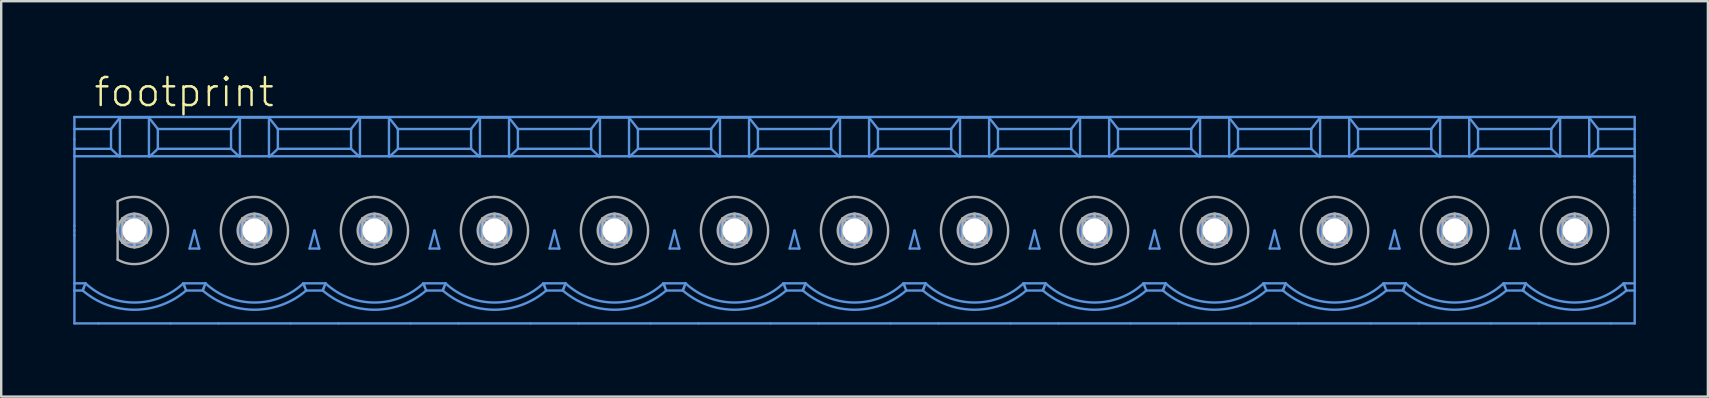
<source format=kicad_pcb>
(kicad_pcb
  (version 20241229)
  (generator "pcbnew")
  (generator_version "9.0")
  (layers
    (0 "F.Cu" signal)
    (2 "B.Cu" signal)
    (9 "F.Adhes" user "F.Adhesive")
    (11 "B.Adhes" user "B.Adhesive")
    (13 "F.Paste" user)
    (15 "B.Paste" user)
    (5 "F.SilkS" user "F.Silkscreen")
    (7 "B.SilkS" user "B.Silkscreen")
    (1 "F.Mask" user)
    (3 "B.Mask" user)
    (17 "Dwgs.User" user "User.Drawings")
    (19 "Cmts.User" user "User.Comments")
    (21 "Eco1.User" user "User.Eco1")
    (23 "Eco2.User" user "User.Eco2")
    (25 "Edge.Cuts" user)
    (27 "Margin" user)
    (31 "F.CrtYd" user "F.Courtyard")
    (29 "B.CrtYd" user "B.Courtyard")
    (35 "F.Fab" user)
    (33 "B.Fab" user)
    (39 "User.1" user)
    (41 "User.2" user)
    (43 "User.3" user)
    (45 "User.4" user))
  (footprint "footprint"
    (layer "F.Cu")
    (at 32.55 6.553)
    (property "Reference" "footprint" (at -31.75 -5.08 0) (layer "F.SilkS") (effects (font (size 1.168 1.168) (thickness 0.102)) (justify left bottom)))
    (fp_line (start -32.5 -4.23) (end -32.5 -4.73) (stroke (width 0.1) (type solid)) (layer "Cmts.User"))
    (fp_line (start -32.5 -4.23) (end -32.5 -3.8) (stroke (width 0.1) (type solid)) (layer "Cmts.User"))
    (fp_line (start -32.5 -4.23) (end -30.975 -4.23) (stroke (width 0.1) (type solid)) (layer "Cmts.User"))
    (fp_line (start -32.5 -3.8) (end -32.5 -3.405) (stroke (width 0.1) (type solid)) (layer "Cmts.User"))
    (fp_line (start -32.5 -3.405) (end -32.5 -3.093) (stroke (width 0.1) (type solid)) (layer "Cmts.User"))
    (fp_line (start -32.5 -3.405) (end -30.975 -3.405) (stroke (width 0.1) (type solid)) (layer "Cmts.User"))
    (fp_line (start -32.5 -3.093) (end -30.644 -3.093) (stroke (width 0.1) (type solid)) (layer "Cmts.User"))
    (fp_line (start -32.5 -0.201) (end -32.5 -3.093) (stroke (width 0.1) (type solid)) (layer "Cmts.User"))
    (fp_line (start -32.5 -0.201) (end -32.5 -0.00005) (stroke (width 0.1) (type solid)) (layer "Cmts.User"))
    (fp_line (start -32.5 -0.00005) (end -32.5 0.201) (stroke (width 0.1) (type solid)) (layer "Cmts.User"))
    (fp_line (start -32.5 2.2) (end -32.5 0.201) (stroke (width 0.1) (type solid)) (layer "Cmts.User"))
    (fp_line (start -32.5 2.2) (end -32.04 2.2) (stroke (width 0.1) (type solid)) (layer "Cmts.User"))
    (fp_line (start -32.5 2.5) (end -32.5 2.2) (stroke (width 0.1) (type solid)) (layer "Cmts.User"))
    (fp_line (start -32.5 2.5) (end -32.154 2.5) (stroke (width 0.1) (type solid)) (layer "Cmts.User"))
    (fp_line (start -32.5 3.87) (end -32.5 2.5) (stroke (width 0.1) (type solid)) (layer "Cmts.User"))
    (fp_line (start -32.126 2.424) (end -32.154 2.5) (stroke (width 0.1) (type solid)) (layer "Cmts.User"))
    (fp_line (start -32.098 2.35) (end -32.126 2.424) (stroke (width 0.1) (type solid)) (layer "Cmts.User"))
    (fp_line (start -31.5 3.87) (end -32.5 3.87) (stroke (width 0.1) (type solid)) (layer "Cmts.User"))
    (fp_line (start -30.975 -4.23) (end -30.975 -3.405) (stroke (width 0.1) (type solid)) (layer "Cmts.User"))
    (fp_line (start -30.644 -3.093) (end -30.975 -3.405) (stroke (width 0.1) (type solid)) (layer "Cmts.User"))
    (fp_line (start -30.605 -4.703) (end -30.975 -4.23) (stroke (width 0.1) (type solid)) (layer "Cmts.User"))
    (fp_line (start -30.605 -4.703) (end -30.605 -3.093) (stroke (width 0.1) (type solid)) (layer "Cmts.User"))
    (fp_line (start -30.605 -3.093) (end -30.644 -3.093) (stroke (width 0.1) (type solid)) (layer "Cmts.User"))
    (fp_line (start -29.395 -4.703) (end -30.605 -4.703) (stroke (width 0.1) (type solid)) (layer "Cmts.User"))
    (fp_line (start -29.395 -3.093) (end -30.605 -3.093) (stroke (width 0.1) (type solid)) (layer "Cmts.User"))
    (fp_line (start -29.395 -3.093) (end -29.395 -4.703) (stroke (width 0.1) (type solid)) (layer "Cmts.User"))
    (fp_line (start -29.356 -3.093) (end -29.395 -3.093) (stroke (width 0.1) (type solid)) (layer "Cmts.User"))
    (fp_line (start -29.356 -3.093) (end -25.644 -3.093) (stroke (width 0.1) (type solid)) (layer "Cmts.User"))
    (fp_line (start -29.025 -4.23) (end -29.395 -4.703) (stroke (width 0.1) (type solid)) (layer "Cmts.User"))
    (fp_line (start -29.025 -4.23) (end -29.025 -3.405) (stroke (width 0.1) (type solid)) (layer "Cmts.User"))
    (fp_line (start -29.025 -4.23) (end -25.975 -4.23) (stroke (width 0.1) (type solid)) (layer "Cmts.User"))
    (fp_line (start -29.025 -3.405) (end -29.356 -3.093) (stroke (width 0.1) (type solid)) (layer "Cmts.User"))
    (fp_line (start -29.025 -3.405) (end -25.975 -3.405) (stroke (width 0.1) (type solid)) (layer "Cmts.User"))
    (fp_line (start -28.5 3.87) (end -31.5 3.87) (stroke (width 0.1) (type solid)) (layer "Cmts.User"))
    (fp_line (start -27.96 2.2) (end -27.04 2.2) (stroke (width 0.1) (type solid)) (layer "Cmts.User"))
    (fp_line (start -27.931 2.275) (end -27.96 2.2) (stroke (width 0.1) (type solid)) (layer "Cmts.User"))
    (fp_line (start -27.902 2.35) (end -27.931 2.275) (stroke (width 0.1) (type solid)) (layer "Cmts.User"))
    (fp_line (start -27.846 2.5) (end -27.154 2.5) (stroke (width 0.1) (type solid)) (layer "Cmts.User"))
    (fp_line (start -27.5 -0.00005) (end -27.701 0.75) (stroke (width 0.1) (type solid)) (layer "Cmts.User"))
    (fp_line (start -27.5 -0.00005) (end -27.299 0.75) (stroke (width 0.1) (type solid)) (layer "Cmts.User"))
    (fp_line (start -27.299 0.75) (end -27.701 0.75) (stroke (width 0.1) (type solid)) (layer "Cmts.User"))
    (fp_line (start -27.126 2.424) (end -27.154 2.5) (stroke (width 0.1) (type solid)) (layer "Cmts.User"))
    (fp_line (start -27.098 2.35) (end -27.126 2.424) (stroke (width 0.1) (type solid)) (layer "Cmts.User"))
    (fp_line (start -26.5 3.87) (end -28.5 3.87) (stroke (width 0.1) (type solid)) (layer "Cmts.User"))
    (fp_line (start -25.975 -4.23) (end -25.975 -3.405) (stroke (width 0.1) (type solid)) (layer "Cmts.User"))
    (fp_line (start -25.644 -3.093) (end -25.975 -3.405) (stroke (width 0.1) (type solid)) (layer "Cmts.User"))
    (fp_line (start -25.605 -4.703) (end -25.975 -4.23) (stroke (width 0.1) (type solid)) (layer "Cmts.User"))
    (fp_line (start -25.605 -4.703) (end -25.605 -3.093) (stroke (width 0.1) (type solid)) (layer "Cmts.User"))
    (fp_line (start -25.605 -3.093) (end -25.644 -3.093) (stroke (width 0.1) (type solid)) (layer "Cmts.User"))
    (fp_line (start -24.395 -4.703) (end -25.605 -4.703) (stroke (width 0.1) (type solid)) (layer "Cmts.User"))
    (fp_line (start -24.395 -3.093) (end -25.605 -3.093) (stroke (width 0.1) (type solid)) (layer "Cmts.User"))
    (fp_line (start -24.395 -3.093) (end -24.395 -4.703) (stroke (width 0.1) (type solid)) (layer "Cmts.User"))
    (fp_line (start -24.356 -3.093) (end -24.395 -3.093) (stroke (width 0.1) (type solid)) (layer "Cmts.User"))
    (fp_line (start -24.356 -3.093) (end -20.644 -3.093) (stroke (width 0.1) (type solid)) (layer "Cmts.User"))
    (fp_line (start -24.025 -4.23) (end -24.395 -4.703) (stroke (width 0.1) (type solid)) (layer "Cmts.User"))
    (fp_line (start -24.025 -4.23) (end -24.025 -3.405) (stroke (width 0.1) (type solid)) (layer "Cmts.User"))
    (fp_line (start -24.025 -4.23) (end -20.975 -4.23) (stroke (width 0.1) (type solid)) (layer "Cmts.User"))
    (fp_line (start -24.025 -3.405) (end -24.356 -3.093) (stroke (width 0.1) (type solid)) (layer "Cmts.User"))
    (fp_line (start -24.025 -3.405) (end -20.975 -3.405) (stroke (width 0.1) (type solid)) (layer "Cmts.User"))
    (fp_line (start -23.5 3.87) (end -26.5 3.87) (stroke (width 0.1) (type solid)) (layer "Cmts.User"))
    (fp_line (start -22.96 2.2) (end -22.04 2.2) (stroke (width 0.1) (type solid)) (layer "Cmts.User"))
    (fp_line (start -22.931 2.275) (end -22.96 2.2) (stroke (width 0.1) (type solid)) (layer "Cmts.User"))
    (fp_line (start -22.902 2.35) (end -22.931 2.275) (stroke (width 0.1) (type solid)) (layer "Cmts.User"))
    (fp_line (start -22.846 2.5) (end -22.154 2.5) (stroke (width 0.1) (type solid)) (layer "Cmts.User"))
    (fp_line (start -22.5 -0.00005) (end -22.701 0.75) (stroke (width 0.1) (type solid)) (layer "Cmts.User"))
    (fp_line (start -22.5 -0.00005) (end -22.299 0.75) (stroke (width 0.1) (type solid)) (layer "Cmts.User"))
    (fp_line (start -22.299 0.75) (end -22.701 0.75) (stroke (width 0.1) (type solid)) (layer "Cmts.User"))
    (fp_line (start -22.126 2.424) (end -22.154 2.5) (stroke (width 0.1) (type solid)) (layer "Cmts.User"))
    (fp_line (start -22.098 2.35) (end -22.126 2.424) (stroke (width 0.1) (type solid)) (layer "Cmts.User"))
    (fp_line (start -21.5 3.87) (end -23.5 3.87) (stroke (width 0.1) (type solid)) (layer "Cmts.User"))
    (fp_line (start -20.975 -4.23) (end -20.975 -3.405) (stroke (width 0.1) (type solid)) (layer "Cmts.User"))
    (fp_line (start -20.644 -3.093) (end -20.975 -3.405) (stroke (width 0.1) (type solid)) (layer "Cmts.User"))
    (fp_line (start -20.605 -4.703) (end -20.975 -4.23) (stroke (width 0.1) (type solid)) (layer "Cmts.User"))
    (fp_line (start -20.605 -4.703) (end -20.605 -3.093) (stroke (width 0.1) (type solid)) (layer "Cmts.User"))
    (fp_line (start -20.605 -3.093) (end -20.644 -3.093) (stroke (width 0.1) (type solid)) (layer "Cmts.User"))
    (fp_line (start -19.395 -4.703) (end -20.605 -4.703) (stroke (width 0.1) (type solid)) (layer "Cmts.User"))
    (fp_line (start -19.395 -3.093) (end -20.605 -3.093) (stroke (width 0.1) (type solid)) (layer "Cmts.User"))
    (fp_line (start -19.395 -3.093) (end -19.395 -4.703) (stroke (width 0.1) (type solid)) (layer "Cmts.User"))
    (fp_line (start -19.356 -3.093) (end -19.395 -3.093) (stroke (width 0.1) (type solid)) (layer "Cmts.User"))
    (fp_line (start -19.356 -3.093) (end -15.644 -3.093) (stroke (width 0.1) (type solid)) (layer "Cmts.User"))
    (fp_line (start -19.025 -4.23) (end -19.395 -4.703) (stroke (width 0.1) (type solid)) (layer "Cmts.User"))
    (fp_line (start -19.025 -4.23) (end -19.025 -3.405) (stroke (width 0.1) (type solid)) (layer "Cmts.User"))
    (fp_line (start -19.025 -4.23) (end -15.975 -4.23) (stroke (width 0.1) (type solid)) (layer "Cmts.User"))
    (fp_line (start -19.025 -3.405) (end -19.356 -3.093) (stroke (width 0.1) (type solid)) (layer "Cmts.User"))
    (fp_line (start -19.025 -3.405) (end -15.975 -3.405) (stroke (width 0.1) (type solid)) (layer "Cmts.User"))
    (fp_line (start -18.5 3.87) (end -21.5 3.87) (stroke (width 0.1) (type solid)) (layer "Cmts.User"))
    (fp_line (start -17.96 2.2) (end -17.04 2.2) (stroke (width 0.1) (type solid)) (layer "Cmts.User"))
    (fp_line (start -17.931 2.274) (end -17.96 2.2) (stroke (width 0.1) (type solid)) (layer "Cmts.User"))
    (fp_line (start -17.902 2.35) (end -17.931 2.274) (stroke (width 0.1) (type solid)) (layer "Cmts.User"))
    (fp_line (start -17.846 2.5) (end -17.154 2.5) (stroke (width 0.1) (type solid)) (layer "Cmts.User"))
    (fp_line (start -17.5 -0.00005) (end -17.701 0.75) (stroke (width 0.1) (type solid)) (layer "Cmts.User"))
    (fp_line (start -17.5 -0.00005) (end -17.299 0.75) (stroke (width 0.1) (type solid)) (layer "Cmts.User"))
    (fp_line (start -17.299 0.75) (end -17.701 0.75) (stroke (width 0.1) (type solid)) (layer "Cmts.User"))
    (fp_line (start -17.126 2.425) (end -17.154 2.5) (stroke (width 0.1) (type solid)) (layer "Cmts.User"))
    (fp_line (start -17.098 2.35) (end -17.126 2.425) (stroke (width 0.1) (type solid)) (layer "Cmts.User"))
    (fp_line (start -16.5 3.87) (end -18.5 3.87) (stroke (width 0.1) (type solid)) (layer "Cmts.User"))
    (fp_line (start -15.975 -4.23) (end -15.975 -3.405) (stroke (width 0.1) (type solid)) (layer "Cmts.User"))
    (fp_line (start -15.644 -3.093) (end -15.975 -3.405) (stroke (width 0.1) (type solid)) (layer "Cmts.User"))
    (fp_line (start -15.605 -4.703) (end -15.975 -4.23) (stroke (width 0.1) (type solid)) (layer "Cmts.User"))
    (fp_line (start -15.605 -4.703) (end -15.605 -3.093) (stroke (width 0.1) (type solid)) (layer "Cmts.User"))
    (fp_line (start -15.605 -3.093) (end -15.644 -3.093) (stroke (width 0.1) (type solid)) (layer "Cmts.User"))
    (fp_line (start -14.395 -4.703) (end -15.605 -4.703) (stroke (width 0.1) (type solid)) (layer "Cmts.User"))
    (fp_line (start -14.395 -3.093) (end -15.605 -3.093) (stroke (width 0.1) (type solid)) (layer "Cmts.User"))
    (fp_line (start -14.395 -3.093) (end -14.395 -4.703) (stroke (width 0.1) (type solid)) (layer "Cmts.User"))
    (fp_line (start -14.356 -3.093) (end -14.395 -3.093) (stroke (width 0.1) (type solid)) (layer "Cmts.User"))
    (fp_line (start -14.356 -3.093) (end -10.644 -3.093) (stroke (width 0.1) (type solid)) (layer "Cmts.User"))
    (fp_line (start -14.025 -4.23) (end -14.395 -4.703) (stroke (width 0.1) (type solid)) (layer "Cmts.User"))
    (fp_line (start -14.025 -4.23) (end -14.025 -3.405) (stroke (width 0.1) (type solid)) (layer "Cmts.User"))
    (fp_line (start -14.025 -4.23) (end -10.975 -4.23) (stroke (width 0.1) (type solid)) (layer "Cmts.User"))
    (fp_line (start -14.025 -3.405) (end -14.356 -3.093) (stroke (width 0.1) (type solid)) (layer "Cmts.User"))
    (fp_line (start -14.025 -3.405) (end -10.975 -3.405) (stroke (width 0.1) (type solid)) (layer "Cmts.User"))
    (fp_line (start -13.5 3.87) (end -16.5 3.87) (stroke (width 0.1) (type solid)) (layer "Cmts.User"))
    (fp_line (start -12.96 2.2) (end -12.04 2.2) (stroke (width 0.1) (type solid)) (layer "Cmts.User"))
    (fp_line (start -12.931 2.274) (end -12.96 2.2) (stroke (width 0.1) (type solid)) (layer "Cmts.User"))
    (fp_line (start -12.902 2.35) (end -12.931 2.274) (stroke (width 0.1) (type solid)) (layer "Cmts.User"))
    (fp_line (start -12.846 2.5) (end -12.154 2.5) (stroke (width 0.1) (type solid)) (layer "Cmts.User"))
    (fp_line (start -12.5 -0.00005) (end -12.701 0.75) (stroke (width 0.1) (type solid)) (layer "Cmts.User"))
    (fp_line (start -12.5 -0.00005) (end -12.299 0.75) (stroke (width 0.1) (type solid)) (layer "Cmts.User"))
    (fp_line (start -12.299 0.75) (end -12.701 0.75) (stroke (width 0.1) (type solid)) (layer "Cmts.User"))
    (fp_line (start -12.126 2.425) (end -12.154 2.5) (stroke (width 0.1) (type solid)) (layer "Cmts.User"))
    (fp_line (start -12.098 2.35) (end -12.126 2.425) (stroke (width 0.1) (type solid)) (layer "Cmts.User"))
    (fp_line (start -11.5 3.87) (end -13.5 3.87) (stroke (width 0.1) (type solid)) (layer "Cmts.User"))
    (fp_line (start -10.975 -4.23) (end -10.975 -3.405) (stroke (width 0.1) (type solid)) (layer "Cmts.User"))
    (fp_line (start -10.644 -3.093) (end -10.975 -3.405) (stroke (width 0.1) (type solid)) (layer "Cmts.User"))
    (fp_line (start -10.605 -4.703) (end -10.975 -4.23) (stroke (width 0.1) (type solid)) (layer "Cmts.User"))
    (fp_line (start -10.605 -4.703) (end -10.605 -3.093) (stroke (width 0.1) (type solid)) (layer "Cmts.User"))
    (fp_line (start -10.605 -3.093) (end -10.644 -3.093) (stroke (width 0.1) (type solid)) (layer "Cmts.User"))
    (fp_line (start -9.395 -4.703) (end -10.605 -4.703) (stroke (width 0.1) (type solid)) (layer "Cmts.User"))
    (fp_line (start -9.395 -3.093) (end -10.605 -3.093) (stroke (width 0.1) (type solid)) (layer "Cmts.User"))
    (fp_line (start -9.395 -3.093) (end -9.395 -4.703) (stroke (width 0.1) (type solid)) (layer "Cmts.User"))
    (fp_line (start -9.356 -3.093) (end -9.395 -3.093) (stroke (width 0.1) (type solid)) (layer "Cmts.User"))
    (fp_line (start -9.356 -3.093) (end -5.644 -3.093) (stroke (width 0.1) (type solid)) (layer "Cmts.User"))
    (fp_line (start -9.025 -4.23) (end -9.395 -4.703) (stroke (width 0.1) (type solid)) (layer "Cmts.User"))
    (fp_line (start -9.025 -4.23) (end -9.025 -3.405) (stroke (width 0.1) (type solid)) (layer "Cmts.User"))
    (fp_line (start -9.025 -4.23) (end -5.975 -4.23) (stroke (width 0.1) (type solid)) (layer "Cmts.User"))
    (fp_line (start -9.025 -3.405) (end -9.356 -3.093) (stroke (width 0.1) (type solid)) (layer "Cmts.User"))
    (fp_line (start -9.025 -3.405) (end -5.975 -3.405) (stroke (width 0.1) (type solid)) (layer "Cmts.User"))
    (fp_line (start -8.5 3.87) (end -11.5 3.87) (stroke (width 0.1) (type solid)) (layer "Cmts.User"))
    (fp_line (start -7.96 2.2) (end -7.04 2.2) (stroke (width 0.1) (type solid)) (layer "Cmts.User"))
    (fp_line (start -7.931 2.275) (end -7.96 2.2) (stroke (width 0.1) (type solid)) (layer "Cmts.User"))
    (fp_line (start -7.902 2.35) (end -7.931 2.275) (stroke (width 0.1) (type solid)) (layer "Cmts.User"))
    (fp_line (start -7.846 2.5) (end -7.154 2.5) (stroke (width 0.1) (type solid)) (layer "Cmts.User"))
    (fp_line (start -7.5 -0.00005) (end -7.701 0.75) (stroke (width 0.1) (type solid)) (layer "Cmts.User"))
    (fp_line (start -7.5 -0.00005) (end -7.299 0.75) (stroke (width 0.1) (type solid)) (layer "Cmts.User"))
    (fp_line (start -7.299 0.75) (end -7.701 0.75) (stroke (width 0.1) (type solid)) (layer "Cmts.User"))
    (fp_line (start -7.126 2.425) (end -7.154 2.5) (stroke (width 0.1) (type solid)) (layer "Cmts.User"))
    (fp_line (start -7.098 2.35) (end -7.126 2.425) (stroke (width 0.1) (type solid)) (layer "Cmts.User"))
    (fp_line (start -6.5 3.87) (end -8.5 3.87) (stroke (width 0.1) (type solid)) (layer "Cmts.User"))
    (fp_line (start -5.975 -4.23) (end -5.975 -3.405) (stroke (width 0.1) (type solid)) (layer "Cmts.User"))
    (fp_line (start -5.644 -3.093) (end -5.975 -3.405) (stroke (width 0.1) (type solid)) (layer "Cmts.User"))
    (fp_line (start -5.605 -4.703) (end -5.975 -4.23) (stroke (width 0.1) (type solid)) (layer "Cmts.User"))
    (fp_line (start -5.605 -4.703) (end -5.605 -3.093) (stroke (width 0.1) (type solid)) (layer "Cmts.User"))
    (fp_line (start -5.605 -3.093) (end -5.644 -3.093) (stroke (width 0.1) (type solid)) (layer "Cmts.User"))
    (fp_line (start -4.395 -4.703) (end -5.605 -4.703) (stroke (width 0.1) (type solid)) (layer "Cmts.User"))
    (fp_line (start -4.395 -3.093) (end -5.605 -3.093) (stroke (width 0.1) (type solid)) (layer "Cmts.User"))
    (fp_line (start -4.395 -3.093) (end -4.395 -4.703) (stroke (width 0.1) (type solid)) (layer "Cmts.User"))
    (fp_line (start -4.356 -3.093) (end -4.395 -3.093) (stroke (width 0.1) (type solid)) (layer "Cmts.User"))
    (fp_line (start -4.356 -3.093) (end -0.644 -3.093) (stroke (width 0.1) (type solid)) (layer "Cmts.User"))
    (fp_line (start -4.025 -4.23) (end -4.395 -4.703) (stroke (width 0.1) (type solid)) (layer "Cmts.User"))
    (fp_line (start -4.025 -4.23) (end -4.025 -3.405) (stroke (width 0.1) (type solid)) (layer "Cmts.User"))
    (fp_line (start -4.025 -4.23) (end -0.975 -4.23) (stroke (width 0.1) (type solid)) (layer "Cmts.User"))
    (fp_line (start -4.025 -3.405) (end -4.356 -3.093) (stroke (width 0.1) (type solid)) (layer "Cmts.User"))
    (fp_line (start -4.025 -3.405) (end -0.975 -3.405) (stroke (width 0.1) (type solid)) (layer "Cmts.User"))
    (fp_line (start -3.5 3.87) (end -6.5 3.87) (stroke (width 0.1) (type solid)) (layer "Cmts.User"))
    (fp_line (start -2.96 2.2) (end -2.04 2.2) (stroke (width 0.1) (type solid)) (layer "Cmts.User"))
    (fp_line (start -2.931 2.274) (end -2.96 2.2) (stroke (width 0.1) (type solid)) (layer "Cmts.User"))
    (fp_line (start -2.902 2.35) (end -2.931 2.274) (stroke (width 0.1) (type solid)) (layer "Cmts.User"))
    (fp_line (start -2.846 2.5) (end -2.154 2.5) (stroke (width 0.1) (type solid)) (layer "Cmts.User"))
    (fp_line (start -2.5 -0.00005) (end -2.701 0.75) (stroke (width 0.1) (type solid)) (layer "Cmts.User"))
    (fp_line (start -2.5 -0.00005) (end -2.299 0.75) (stroke (width 0.1) (type solid)) (layer "Cmts.User"))
    (fp_line (start -2.299 0.75) (end -2.701 0.75) (stroke (width 0.1) (type solid)) (layer "Cmts.User"))
    (fp_line (start -2.126 2.425) (end -2.154 2.5) (stroke (width 0.1) (type solid)) (layer "Cmts.User"))
    (fp_line (start -2.098 2.35) (end -2.126 2.425) (stroke (width 0.1) (type solid)) (layer "Cmts.User"))
    (fp_line (start -1.5 3.87) (end -3.5 3.87) (stroke (width 0.1) (type solid)) (layer "Cmts.User"))
    (fp_line (start -0.975 -4.23) (end -0.975 -3.405) (stroke (width 0.1) (type solid)) (layer "Cmts.User"))
    (fp_line (start -0.644 -3.093) (end -0.975 -3.405) (stroke (width 0.1) (type solid)) (layer "Cmts.User"))
    (fp_line (start -0.605 -4.703) (end -0.975 -4.23) (stroke (width 0.1) (type solid)) (layer "Cmts.User"))
    (fp_line (start -0.605 -4.703) (end -0.605 -3.093) (stroke (width 0.1) (type solid)) (layer "Cmts.User"))
    (fp_line (start -0.605 -3.093) (end -0.644 -3.093) (stroke (width 0.1) (type solid)) (layer "Cmts.User"))
    (fp_line (start 0.605 -4.703) (end -0.605 -4.703) (stroke (width 0.1) (type solid)) (layer "Cmts.User"))
    (fp_line (start 0.605 -3.093) (end -0.605 -3.093) (stroke (width 0.1) (type solid)) (layer "Cmts.User"))
    (fp_line (start 0.605 -3.093) (end 0.605 -4.703) (stroke (width 0.1) (type solid)) (layer "Cmts.User"))
    (fp_line (start 0.644 -3.093) (end 0.605 -3.093) (stroke (width 0.1) (type solid)) (layer "Cmts.User"))
    (fp_line (start 0.644 -3.093) (end 4.356 -3.093) (stroke (width 0.1) (type solid)) (layer "Cmts.User"))
    (fp_line (start 0.975 -4.23) (end 0.605 -4.703) (stroke (width 0.1) (type solid)) (layer "Cmts.User"))
    (fp_line (start 0.975 -4.23) (end 0.975 -3.405) (stroke (width 0.1) (type solid)) (layer "Cmts.User"))
    (fp_line (start 0.975 -4.23) (end 4.025 -4.23) (stroke (width 0.1) (type solid)) (layer "Cmts.User"))
    (fp_line (start 0.975 -3.405) (end 0.644 -3.093) (stroke (width 0.1) (type solid)) (layer "Cmts.User"))
    (fp_line (start 0.975 -3.405) (end 4.025 -3.405) (stroke (width 0.1) (type solid)) (layer "Cmts.User"))
    (fp_line (start 1.5 3.87) (end -1.5 3.87) (stroke (width 0.1) (type solid)) (layer "Cmts.User"))
    (fp_line (start 2.04 2.2) (end 2.96 2.2) (stroke (width 0.1) (type solid)) (layer "Cmts.User"))
    (fp_line (start 2.069 2.275) (end 2.04 2.2) (stroke (width 0.1) (type solid)) (layer "Cmts.User"))
    (fp_line (start 2.098 2.35) (end 2.069 2.275) (stroke (width 0.1) (type solid)) (layer "Cmts.User"))
    (fp_line (start 2.154 2.5) (end 2.846 2.5) (stroke (width 0.1) (type solid)) (layer "Cmts.User"))
    (fp_line (start 2.5 -0.00005) (end 2.299 0.75) (stroke (width 0.1) (type solid)) (layer "Cmts.User"))
    (fp_line (start 2.5 -0.00005) (end 2.701 0.75) (stroke (width 0.1) (type solid)) (layer "Cmts.User"))
    (fp_line (start 2.701 0.75) (end 2.299 0.75) (stroke (width 0.1) (type solid)) (layer "Cmts.User"))
    (fp_line (start 2.874 2.424) (end 2.846 2.5) (stroke (width 0.1) (type solid)) (layer "Cmts.User"))
    (fp_line (start 2.902 2.35) (end 2.874 2.424) (stroke (width 0.1) (type solid)) (layer "Cmts.User"))
    (fp_line (start 3.5 3.87) (end 1.5 3.87) (stroke (width 0.1) (type solid)) (layer "Cmts.User"))
    (fp_line (start 4.025 -4.23) (end 4.025 -3.405) (stroke (width 0.1) (type solid)) (layer "Cmts.User"))
    (fp_line (start 4.356 -3.093) (end 4.025 -3.405) (stroke (width 0.1) (type solid)) (layer "Cmts.User"))
    (fp_line (start 4.395 -4.703) (end 4.025 -4.23) (stroke (width 0.1) (type solid)) (layer "Cmts.User"))
    (fp_line (start 4.395 -4.703) (end 4.395 -3.093) (stroke (width 0.1) (type solid)) (layer "Cmts.User"))
    (fp_line (start 4.395 -3.093) (end 4.356 -3.093) (stroke (width 0.1) (type solid)) (layer "Cmts.User"))
    (fp_line (start 5.605 -4.703) (end 4.395 -4.703) (stroke (width 0.1) (type solid)) (layer "Cmts.User"))
    (fp_line (start 5.605 -3.093) (end 4.395 -3.093) (stroke (width 0.1) (type solid)) (layer "Cmts.User"))
    (fp_line (start 5.605 -3.093) (end 5.605 -4.703) (stroke (width 0.1) (type solid)) (layer "Cmts.User"))
    (fp_line (start 5.644 -3.093) (end 5.605 -3.093) (stroke (width 0.1) (type solid)) (layer "Cmts.User"))
    (fp_line (start 5.644 -3.093) (end 9.356 -3.093) (stroke (width 0.1) (type solid)) (layer "Cmts.User"))
    (fp_line (start 5.975 -4.23) (end 5.605 -4.703) (stroke (width 0.1) (type solid)) (layer "Cmts.User"))
    (fp_line (start 5.975 -4.23) (end 5.975 -3.405) (stroke (width 0.1) (type solid)) (layer "Cmts.User"))
    (fp_line (start 5.975 -4.23) (end 9.025 -4.23) (stroke (width 0.1) (type solid)) (layer "Cmts.User"))
    (fp_line (start 5.975 -3.405) (end 5.644 -3.093) (stroke (width 0.1) (type solid)) (layer "Cmts.User"))
    (fp_line (start 5.975 -3.405) (end 9.025 -3.405) (stroke (width 0.1) (type solid)) (layer "Cmts.User"))
    (fp_line (start 6.5 3.87) (end 3.5 3.87) (stroke (width 0.1) (type solid)) (layer "Cmts.User"))
    (fp_line (start 7.04 2.2) (end 7.96 2.2) (stroke (width 0.1) (type solid)) (layer "Cmts.User"))
    (fp_line (start 7.069 2.275) (end 7.04 2.2) (stroke (width 0.1) (type solid)) (layer "Cmts.User"))
    (fp_line (start 7.098 2.35) (end 7.069 2.275) (stroke (width 0.1) (type solid)) (layer "Cmts.User"))
    (fp_line (start 7.154 2.5) (end 7.846 2.5) (stroke (width 0.1) (type solid)) (layer "Cmts.User"))
    (fp_line (start 7.5 -0.00005) (end 7.299 0.75) (stroke (width 0.1) (type solid)) (layer "Cmts.User"))
    (fp_line (start 7.5 -0.00005) (end 7.701 0.75) (stroke (width 0.1) (type solid)) (layer "Cmts.User"))
    (fp_line (start 7.701 0.75) (end 7.299 0.75) (stroke (width 0.1) (type solid)) (layer "Cmts.User"))
    (fp_line (start 7.874 2.425) (end 7.846 2.5) (stroke (width 0.1) (type solid)) (layer "Cmts.User"))
    (fp_line (start 7.902 2.35) (end 7.874 2.425) (stroke (width 0.1) (type solid)) (layer "Cmts.User"))
    (fp_line (start 8.5 3.87) (end 6.5 3.87) (stroke (width 0.1) (type solid)) (layer "Cmts.User"))
    (fp_line (start 9.025 -4.23) (end 9.025 -3.405) (stroke (width 0.1) (type solid)) (layer "Cmts.User"))
    (fp_line (start 9.356 -3.093) (end 9.025 -3.405) (stroke (width 0.1) (type solid)) (layer "Cmts.User"))
    (fp_line (start 9.395 -4.703) (end 9.025 -4.23) (stroke (width 0.1) (type solid)) (layer "Cmts.User"))
    (fp_line (start 9.395 -4.703) (end 9.395 -3.093) (stroke (width 0.1) (type solid)) (layer "Cmts.User"))
    (fp_line (start 9.395 -3.093) (end 9.356 -3.093) (stroke (width 0.1) (type solid)) (layer "Cmts.User"))
    (fp_line (start 10.605 -4.703) (end 9.395 -4.703) (stroke (width 0.1) (type solid)) (layer "Cmts.User"))
    (fp_line (start 10.605 -3.093) (end 9.395 -3.093) (stroke (width 0.1) (type solid)) (layer "Cmts.User"))
    (fp_line (start 10.605 -3.093) (end 10.605 -4.703) (stroke (width 0.1) (type solid)) (layer "Cmts.User"))
    (fp_line (start 10.644 -3.093) (end 10.605 -3.093) (stroke (width 0.1) (type solid)) (layer "Cmts.User"))
    (fp_line (start 10.644 -3.093) (end 14.356 -3.093) (stroke (width 0.1) (type solid)) (layer "Cmts.User"))
    (fp_line (start 10.975 -4.23) (end 10.605 -4.703) (stroke (width 0.1) (type solid)) (layer "Cmts.User"))
    (fp_line (start 10.975 -4.23) (end 10.975 -3.405) (stroke (width 0.1) (type solid)) (layer "Cmts.User"))
    (fp_line (start 10.975 -4.23) (end 14.025 -4.23) (stroke (width 0.1) (type solid)) (layer "Cmts.User"))
    (fp_line (start 10.975 -3.405) (end 10.644 -3.093) (stroke (width 0.1) (type solid)) (layer "Cmts.User"))
    (fp_line (start 10.975 -3.405) (end 14.025 -3.405) (stroke (width 0.1) (type solid)) (layer "Cmts.User"))
    (fp_line (start 11.5 3.87) (end 8.5 3.87) (stroke (width 0.1) (type solid)) (layer "Cmts.User"))
    (fp_line (start 12.04 2.2) (end 12.96 2.2) (stroke (width 0.1) (type solid)) (layer "Cmts.User"))
    (fp_line (start 12.069 2.274) (end 12.04 2.2) (stroke (width 0.1) (type solid)) (layer "Cmts.User"))
    (fp_line (start 12.098 2.35) (end 12.069 2.274) (stroke (width 0.1) (type solid)) (layer "Cmts.User"))
    (fp_line (start 12.154 2.5) (end 12.846 2.5) (stroke (width 0.1) (type solid)) (layer "Cmts.User"))
    (fp_line (start 12.5 -0.00005) (end 12.299 0.75) (stroke (width 0.1) (type solid)) (layer "Cmts.User"))
    (fp_line (start 12.5 -0.00005) (end 12.701 0.75) (stroke (width 0.1) (type solid)) (layer "Cmts.User"))
    (fp_line (start 12.701 0.75) (end 12.299 0.75) (stroke (width 0.1) (type solid)) (layer "Cmts.User"))
    (fp_line (start 12.874 2.424) (end 12.846 2.5) (stroke (width 0.1) (type solid)) (layer "Cmts.User"))
    (fp_line (start 12.902 2.35) (end 12.874 2.424) (stroke (width 0.1) (type solid)) (layer "Cmts.User"))
    (fp_line (start 13.5 3.87) (end 11.5 3.87) (stroke (width 0.1) (type solid)) (layer "Cmts.User"))
    (fp_line (start 14.025 -4.23) (end 14.025 -3.405) (stroke (width 0.1) (type solid)) (layer "Cmts.User"))
    (fp_line (start 14.356 -3.093) (end 14.025 -3.405) (stroke (width 0.1) (type solid)) (layer "Cmts.User"))
    (fp_line (start 14.395 -4.703) (end 14.025 -4.23) (stroke (width 0.1) (type solid)) (layer "Cmts.User"))
    (fp_line (start 14.395 -4.703) (end 14.395 -3.093) (stroke (width 0.1) (type solid)) (layer "Cmts.User"))
    (fp_line (start 14.395 -3.093) (end 14.356 -3.093) (stroke (width 0.1) (type solid)) (layer "Cmts.User"))
    (fp_line (start 15.605 -4.703) (end 14.395 -4.703) (stroke (width 0.1) (type solid)) (layer "Cmts.User"))
    (fp_line (start 15.605 -3.093) (end 14.395 -3.093) (stroke (width 0.1) (type solid)) (layer "Cmts.User"))
    (fp_line (start 15.605 -3.093) (end 15.605 -4.703) (stroke (width 0.1) (type solid)) (layer "Cmts.User"))
    (fp_line (start 15.644 -3.093) (end 15.605 -3.093) (stroke (width 0.1) (type solid)) (layer "Cmts.User"))
    (fp_line (start 15.644 -3.093) (end 19.356 -3.093) (stroke (width 0.1) (type solid)) (layer "Cmts.User"))
    (fp_line (start 15.975 -4.23) (end 15.605 -4.703) (stroke (width 0.1) (type solid)) (layer "Cmts.User"))
    (fp_line (start 15.975 -4.23) (end 15.975 -3.405) (stroke (width 0.1) (type solid)) (layer "Cmts.User"))
    (fp_line (start 15.975 -4.23) (end 19.025 -4.23) (stroke (width 0.1) (type solid)) (layer "Cmts.User"))
    (fp_line (start 15.975 -3.405) (end 15.644 -3.093) (stroke (width 0.1) (type solid)) (layer "Cmts.User"))
    (fp_line (start 15.975 -3.405) (end 19.025 -3.405) (stroke (width 0.1) (type solid)) (layer "Cmts.User"))
    (fp_line (start 16.5 3.87) (end 13.5 3.87) (stroke (width 0.1) (type solid)) (layer "Cmts.User"))
    (fp_line (start 17.04 2.2) (end 17.96 2.2) (stroke (width 0.1) (type solid)) (layer "Cmts.User"))
    (fp_line (start 17.069 2.275) (end 17.04 2.2) (stroke (width 0.1) (type solid)) (layer "Cmts.User"))
    (fp_line (start 17.098 2.35) (end 17.069 2.275) (stroke (width 0.1) (type solid)) (layer "Cmts.User"))
    (fp_line (start 17.154 2.5) (end 17.846 2.5) (stroke (width 0.1) (type solid)) (layer "Cmts.User"))
    (fp_line (start 17.5 -0.00005) (end 17.299 0.75) (stroke (width 0.1) (type solid)) (layer "Cmts.User"))
    (fp_line (start 17.5 -0.00005) (end 17.701 0.75) (stroke (width 0.1) (type solid)) (layer "Cmts.User"))
    (fp_line (start 17.701 0.75) (end 17.299 0.75) (stroke (width 0.1) (type solid)) (layer "Cmts.User"))
    (fp_line (start 17.874 2.424) (end 17.846 2.5) (stroke (width 0.1) (type solid)) (layer "Cmts.User"))
    (fp_line (start 17.902 2.35) (end 17.874 2.424) (stroke (width 0.1) (type solid)) (layer "Cmts.User"))
    (fp_line (start 18.5 3.87) (end 16.5 3.87) (stroke (width 0.1) (type solid)) (layer "Cmts.User"))
    (fp_line (start 19.025 -4.23) (end 19.025 -3.405) (stroke (width 0.1) (type solid)) (layer "Cmts.User"))
    (fp_line (start 19.356 -3.093) (end 19.025 -3.405) (stroke (width 0.1) (type solid)) (layer "Cmts.User"))
    (fp_line (start 19.395 -4.703) (end 19.025 -4.23) (stroke (width 0.1) (type solid)) (layer "Cmts.User"))
    (fp_line (start 19.395 -4.703) (end 19.395 -3.093) (stroke (width 0.1) (type solid)) (layer "Cmts.User"))
    (fp_line (start 19.395 -3.093) (end 19.356 -3.093) (stroke (width 0.1) (type solid)) (layer "Cmts.User"))
    (fp_line (start 20.605 -4.703) (end 19.395 -4.703) (stroke (width 0.1) (type solid)) (layer "Cmts.User"))
    (fp_line (start 20.605 -3.093) (end 19.395 -3.093) (stroke (width 0.1) (type solid)) (layer "Cmts.User"))
    (fp_line (start 20.605 -3.093) (end 20.605 -4.703) (stroke (width 0.1) (type solid)) (layer "Cmts.User"))
    (fp_line (start 20.644 -3.093) (end 20.605 -3.093) (stroke (width 0.1) (type solid)) (layer "Cmts.User"))
    (fp_line (start 20.644 -3.093) (end 24.356 -3.093) (stroke (width 0.1) (type solid)) (layer "Cmts.User"))
    (fp_line (start 20.975 -4.23) (end 20.605 -4.703) (stroke (width 0.1) (type solid)) (layer "Cmts.User"))
    (fp_line (start 20.975 -4.23) (end 20.975 -3.405) (stroke (width 0.1) (type solid)) (layer "Cmts.User"))
    (fp_line (start 20.975 -4.23) (end 24.025 -4.23) (stroke (width 0.1) (type solid)) (layer "Cmts.User"))
    (fp_line (start 20.975 -3.405) (end 20.644 -3.093) (stroke (width 0.1) (type solid)) (layer "Cmts.User"))
    (fp_line (start 20.975 -3.405) (end 24.025 -3.405) (stroke (width 0.1) (type solid)) (layer "Cmts.User"))
    (fp_line (start 21.5 3.87) (end 18.5 3.87) (stroke (width 0.1) (type solid)) (layer "Cmts.User"))
    (fp_line (start 22.04 2.2) (end 22.96 2.2) (stroke (width 0.1) (type solid)) (layer "Cmts.User"))
    (fp_line (start 22.069 2.275) (end 22.04 2.2) (stroke (width 0.1) (type solid)) (layer "Cmts.User"))
    (fp_line (start 22.098 2.35) (end 22.069 2.275) (stroke (width 0.1) (type solid)) (layer "Cmts.User"))
    (fp_line (start 22.154 2.5) (end 22.846 2.5) (stroke (width 0.1) (type solid)) (layer "Cmts.User"))
    (fp_line (start 22.5 -0.00005) (end 22.299 0.75) (stroke (width 0.1) (type solid)) (layer "Cmts.User"))
    (fp_line (start 22.5 -0.00005) (end 22.701 0.75) (stroke (width 0.1) (type solid)) (layer "Cmts.User"))
    (fp_line (start 22.701 0.75) (end 22.299 0.75) (stroke (width 0.1) (type solid)) (layer "Cmts.User"))
    (fp_line (start 22.874 2.424) (end 22.846 2.5) (stroke (width 0.1) (type solid)) (layer "Cmts.User"))
    (fp_line (start 22.902 2.35) (end 22.874 2.424) (stroke (width 0.1) (type solid)) (layer "Cmts.User"))
    (fp_line (start 23.5 3.87) (end 21.5 3.87) (stroke (width 0.1) (type solid)) (layer "Cmts.User"))
    (fp_line (start 23.5 3.87) (end 26.5 3.87) (stroke (width 0.1) (type solid)) (layer "Cmts.User"))
    (fp_line (start 24.025 -4.23) (end 24.025 -3.405) (stroke (width 0.1) (type solid)) (layer "Cmts.User"))
    (fp_line (start 24.356 -3.093) (end 24.025 -3.405) (stroke (width 0.1) (type solid)) (layer "Cmts.User"))
    (fp_line (start 24.395 -4.703) (end 24.025 -4.23) (stroke (width 0.1) (type solid)) (layer "Cmts.User"))
    (fp_line (start 24.395 -4.703) (end 24.395 -3.093) (stroke (width 0.1) (type solid)) (layer "Cmts.User"))
    (fp_line (start 24.395 -3.093) (end 24.356 -3.093) (stroke (width 0.1) (type solid)) (layer "Cmts.User"))
    (fp_line (start 25.605 -4.703) (end 24.395 -4.703) (stroke (width 0.1) (type solid)) (layer "Cmts.User"))
    (fp_line (start 25.605 -3.093) (end 24.395 -3.093) (stroke (width 0.1) (type solid)) (layer "Cmts.User"))
    (fp_line (start 25.605 -3.093) (end 25.605 -4.703) (stroke (width 0.1) (type solid)) (layer "Cmts.User"))
    (fp_line (start 25.644 -3.093) (end 25.605 -3.093) (stroke (width 0.1) (type solid)) (layer "Cmts.User"))
    (fp_line (start 25.975 -4.23) (end 25.605 -4.703) (stroke (width 0.1) (type solid)) (layer "Cmts.User"))
    (fp_line (start 25.975 -4.23) (end 25.975 -3.405) (stroke (width 0.1) (type solid)) (layer "Cmts.User"))
    (fp_line (start 25.975 -4.23) (end 29.025 -4.23) (stroke (width 0.1) (type solid)) (layer "Cmts.User"))
    (fp_line (start 25.975 -3.405) (end 25.644 -3.093) (stroke (width 0.1) (type solid)) (layer "Cmts.User"))
    (fp_line (start 25.975 -3.405) (end 29.025 -3.405) (stroke (width 0.1) (type solid)) (layer "Cmts.User"))
    (fp_line (start 27.04 2.2) (end 27.96 2.2) (stroke (width 0.1) (type solid)) (layer "Cmts.User"))
    (fp_line (start 27.069 2.275) (end 27.04 2.2) (stroke (width 0.1) (type solid)) (layer "Cmts.User"))
    (fp_line (start 27.098 2.35) (end 27.069 2.275) (stroke (width 0.1) (type solid)) (layer "Cmts.User"))
    (fp_line (start 27.154 2.5) (end 27.846 2.5) (stroke (width 0.1) (type solid)) (layer "Cmts.User"))
    (fp_line (start 27.299 0.75) (end 27.701 0.75) (stroke (width 0.1) (type solid)) (layer "Cmts.User"))
    (fp_line (start 27.5 -0.00005) (end 27.299 0.75) (stroke (width 0.1) (type solid)) (layer "Cmts.User"))
    (fp_line (start 27.5 -0.00005) (end 27.701 0.75) (stroke (width 0.1) (type solid)) (layer "Cmts.User"))
    (fp_line (start 27.874 2.424) (end 27.846 2.5) (stroke (width 0.1) (type solid)) (layer "Cmts.User"))
    (fp_line (start 27.902 2.35) (end 27.874 2.424) (stroke (width 0.1) (type solid)) (layer "Cmts.User"))
    (fp_line (start 28.5 3.87) (end 26.5 3.87) (stroke (width 0.1) (type solid)) (layer "Cmts.User"))
    (fp_line (start 29.025 -4.23) (end 29.025 -3.405) (stroke (width 0.1) (type solid)) (layer "Cmts.User"))
    (fp_line (start 29.356 -3.093) (end 25.644 -3.093) (stroke (width 0.1) (type solid)) (layer "Cmts.User"))
    (fp_line (start 29.356 -3.093) (end 29.025 -3.405) (stroke (width 0.1) (type solid)) (layer "Cmts.User"))
    (fp_line (start 29.395 -4.703) (end 29.025 -4.23) (stroke (width 0.1) (type solid)) (layer "Cmts.User"))
    (fp_line (start 29.395 -4.703) (end 29.395 -3.093) (stroke (width 0.1) (type solid)) (layer "Cmts.User"))
    (fp_line (start 29.395 -3.093) (end 29.356 -3.093) (stroke (width 0.1) (type solid)) (layer "Cmts.User"))
    (fp_line (start 30.605 -4.703) (end 29.395 -4.703) (stroke (width 0.1) (type solid)) (layer "Cmts.User"))
    (fp_line (start 30.605 -4.703) (end 30.975 -4.23) (stroke (width 0.1) (type solid)) (layer "Cmts.User"))
    (fp_line (start 30.605 -3.093) (end 29.395 -3.093) (stroke (width 0.1) (type solid)) (layer "Cmts.User"))
    (fp_line (start 30.605 -3.093) (end 30.605 -4.703) (stroke (width 0.1) (type solid)) (layer "Cmts.User"))
    (fp_line (start 30.644 -3.093) (end 30.605 -3.093) (stroke (width 0.1) (type solid)) (layer "Cmts.User"))
    (fp_line (start 30.975 -4.23) (end 30.975 -3.405) (stroke (width 0.1) (type solid)) (layer "Cmts.User"))
    (fp_line (start 30.975 -4.23) (end 32.5 -4.23) (stroke (width 0.1) (type solid)) (layer "Cmts.User"))
    (fp_line (start 30.975 -3.405) (end 30.644 -3.093) (stroke (width 0.1) (type solid)) (layer "Cmts.User"))
    (fp_line (start 30.975 -3.405) (end 32.5 -3.405) (stroke (width 0.1) (type solid)) (layer "Cmts.User"))
    (fp_line (start 31.5 3.87) (end 28.5 3.87) (stroke (width 0.1) (type solid)) (layer "Cmts.User"))
    (fp_line (start 32.04 2.2) (end 32.5 2.2) (stroke (width 0.1) (type solid)) (layer "Cmts.User"))
    (fp_line (start 32.069 2.274) (end 32.04 2.2) (stroke (width 0.1) (type solid)) (layer "Cmts.User"))
    (fp_line (start 32.098 2.35) (end 32.069 2.274) (stroke (width 0.1) (type solid)) (layer "Cmts.User"))
    (fp_line (start 32.154 2.5) (end 32.5 2.5) (stroke (width 0.1) (type solid)) (layer "Cmts.User"))
    (fp_line (start 32.5 -4.73) (end -32.5 -4.73) (stroke (width 0.1) (type solid)) (layer "Cmts.User"))
    (fp_line (start 32.5 -4.23) (end 32.5 -4.73) (stroke (width 0.1) (type solid)) (layer "Cmts.User"))
    (fp_line (start 32.5 -3.8) (end 32.5 -4.23) (stroke (width 0.1) (type solid)) (layer "Cmts.User"))
    (fp_line (start 32.5 -3.405) (end 32.5 -3.8) (stroke (width 0.1) (type solid)) (layer "Cmts.User"))
    (fp_line (start 32.5 -3.3) (end 32.5 -3.405) (stroke (width 0.1) (type solid)) (layer "Cmts.User"))
    (fp_line (start 32.5 -3.1) (end 32.5 -3.3) (stroke (width 0.1) (type solid)) (layer "Cmts.User"))
    (fp_line (start 32.5 -3.093) (end 30.644 -3.093) (stroke (width 0.1) (type solid)) (layer "Cmts.User"))
    (fp_line (start 32.5 -3.093) (end 32.5 -3.1) (stroke (width 0.1) (type solid)) (layer "Cmts.User"))
    (fp_line (start 32.5 -2.993) (end 32.5 -3.093) (stroke (width 0.1) (type solid)) (layer "Cmts.User"))
    (fp_line (start 32.5 -2.257) (end 32.5 -2.993) (stroke (width 0.1) (type solid)) (layer "Cmts.User"))
    (fp_line (start 32.5 -2.09) (end 32.5 -2.257) (stroke (width 0.1) (type solid)) (layer "Cmts.User"))
    (fp_line (start 32.5 -2.078) (end 32.5 -2.09) (stroke (width 0.1) (type solid)) (layer "Cmts.User"))
    (fp_line (start 32.5 -2.04) (end 32.5 -2.078) (stroke (width 0.1) (type solid)) (layer "Cmts.User"))
    (fp_line (start 32.5 -2.012) (end 32.5 -2.04) (stroke (width 0.1) (type solid)) (layer "Cmts.User"))
    (fp_line (start 32.5 -1.927) (end 32.5 -2.012) (stroke (width 0.1) (type solid)) (layer "Cmts.User"))
    (fp_line (start 32.5 -1.718) (end 32.5 -1.927) (stroke (width 0.1) (type solid)) (layer "Cmts.User"))
    (fp_line (start 32.5 -1.633) (end 32.5 -1.718) (stroke (width 0.1) (type solid)) (layer "Cmts.User"))
    (fp_line (start 32.5 -1.606) (end 32.5 -1.633) (stroke (width 0.1) (type solid)) (layer "Cmts.User"))
    (fp_line (start 32.5 -1.568) (end 32.5 -1.606) (stroke (width 0.1) (type solid)) (layer "Cmts.User"))
    (fp_line (start 32.5 -1.389) (end 32.5 -1.568) (stroke (width 0.1) (type solid)) (layer "Cmts.User"))
    (fp_line (start 32.5 -0.925) (end 32.5 -1.389) (stroke (width 0.1) (type solid)) (layer "Cmts.User"))
    (fp_line (start 32.5 -0.775) (end 32.5 -0.925) (stroke (width 0.1) (type solid)) (layer "Cmts.User"))
    (fp_line (start 32.5 -0.65) (end 32.5 -0.775) (stroke (width 0.1) (type solid)) (layer "Cmts.User"))
    (fp_line (start 32.5 -0.45) (end 32.5 -0.65) (stroke (width 0.1) (type solid)) (layer "Cmts.User"))
    (fp_line (start 32.5 2.2) (end 32.5 -0.45) (stroke (width 0.1) (type solid)) (layer "Cmts.User"))
    (fp_line (start 32.5 2.5) (end 32.5 2.2) (stroke (width 0.1) (type solid)) (layer "Cmts.User"))
    (fp_line (start 32.5 3.87) (end 31.5 3.87) (stroke (width 0.1) (type solid)) (layer "Cmts.User"))
    (fp_line (start 32.5 3.87) (end 32.5 2.5) (stroke (width 0.1) (type solid)) (layer "Cmts.User"))
    (fp_arc (start -32.097609 2.349931) (mid -32.068785 2.274872) (end -32.039606 2.19995) (stroke (width 0.1) (type solid)) (layer "Cmts.User"))
    (fp_arc (start -27.960393 2.199951) (mid -30 2.99995) (end -32.039606 2.19995) (stroke (width 0.1) (type solid)) (layer "Cmts.User"))
    (fp_arc (start -27.90239 2.349931) (mid -27.873999 2.424879) (end -27.845934 2.49995) (stroke (width 0.1) (type solid)) (layer "Cmts.User"))
    (fp_arc (start -27.845934 2.499951) (mid -30 3.29995) (end -32.154065 2.49995) (stroke (width 0.1) (type solid)) (layer "Cmts.User"))
    (fp_arc (start -27.097609 2.349931) (mid -27.068786 2.274871) (end -27.039606 2.19995) (stroke (width 0.1) (type solid)) (layer "Cmts.User"))
    (fp_arc (start -22.960393 2.199951) (mid -25 2.99995) (end -27.039606 2.19995) (stroke (width 0.1) (type solid)) (layer "Cmts.User"))
    (fp_arc (start -22.90239 2.349931) (mid -22.873999 2.424879) (end -22.845934 2.49995) (stroke (width 0.1) (type solid)) (layer "Cmts.User"))
    (fp_arc (start -22.845934 2.499951) (mid -25 3.29995) (end -27.154065 2.49995) (stroke (width 0.1) (type solid)) (layer "Cmts.User"))
    (fp_arc (start -22.097609 2.349931) (mid -22.068786 2.274871) (end -22.039606 2.19995) (stroke (width 0.1) (type solid)) (layer "Cmts.User"))
    (fp_arc (start -17.960393 2.199951) (mid -20 2.99995) (end -22.039606 2.19995) (stroke (width 0.1) (type solid)) (layer "Cmts.User"))
    (fp_arc (start -17.90239 2.349931) (mid -17.873999 2.424879) (end -17.845934 2.49995) (stroke (width 0.1) (type solid)) (layer "Cmts.User"))
    (fp_arc (start -17.845934 2.499951) (mid -20 3.29995) (end -22.154065 2.49995) (stroke (width 0.1) (type solid)) (layer "Cmts.User"))
    (fp_arc (start -17.097609 2.349931) (mid -17.068785 2.274872) (end -17.039606 2.19995) (stroke (width 0.1) (type solid)) (layer "Cmts.User"))
    (fp_arc (start -12.960393 2.199951) (mid -15 2.99995) (end -17.039606 2.19995) (stroke (width 0.1) (type solid)) (layer "Cmts.User"))
    (fp_arc (start -12.90239 2.349931) (mid -12.873998 2.424879) (end -12.845934 2.49995) (stroke (width 0.1) (type solid)) (layer "Cmts.User"))
    (fp_arc (start -12.845934 2.499951) (mid -15 3.29995) (end -17.154065 2.49995) (stroke (width 0.1) (type solid)) (layer "Cmts.User"))
    (fp_arc (start -12.097609 2.349931) (mid -12.068785 2.274872) (end -12.039606 2.19995) (stroke (width 0.1) (type solid)) (layer "Cmts.User"))
    (fp_arc (start -7.960393 2.199951) (mid -10 2.99995) (end -12.039606 2.19995) (stroke (width 0.1) (type solid)) (layer "Cmts.User"))
    (fp_arc (start -7.90239 2.349931) (mid -7.873999 2.424879) (end -7.845934 2.49995) (stroke (width 0.1) (type solid)) (layer "Cmts.User"))
    (fp_arc (start -7.845934 2.499951) (mid -10 3.29995) (end -12.154065 2.49995) (stroke (width 0.1) (type solid)) (layer "Cmts.User"))
    (fp_arc (start -7.097609 2.349931) (mid -7.068786 2.274871) (end -7.039606 2.19995) (stroke (width 0.1) (type solid)) (layer "Cmts.User"))
    (fp_arc (start -2.960393 2.199951) (mid -5 2.99995) (end -7.039606 2.19995) (stroke (width 0.1) (type solid)) (layer "Cmts.User"))
    (fp_arc (start -2.90239 2.349931) (mid -2.873999 2.424879) (end -2.845934 2.49995) (stroke (width 0.1) (type solid)) (layer "Cmts.User"))
    (fp_arc (start -2.845934 2.499951) (mid -5 3.29995) (end -7.154065 2.49995) (stroke (width 0.1) (type solid)) (layer "Cmts.User"))
    (fp_arc (start -2.097609 2.349931) (mid -2.068786 2.274871) (end -2.039606 2.19995) (stroke (width 0.1) (type solid)) (layer "Cmts.User"))
    (fp_arc (start 2.039605 2.199951) (mid -0.000001 2.999949) (end -2.039606 2.19995) (stroke (width 0.1) (type solid)) (layer "Cmts.User"))
    (fp_arc (start 2.097609 2.349931) (mid 2.126 2.424879) (end 2.154065 2.49995) (stroke (width 0.1) (type solid)) (layer "Cmts.User"))
    (fp_arc (start 2.154065 2.49995) (mid 0 3.29995) (end -2.154065 2.49995) (stroke (width 0.1) (type solid)) (layer "Cmts.User"))
    (fp_arc (start 2.90239 2.349931) (mid 2.931214 2.274872) (end 2.960393 2.19995) (stroke (width 0.1) (type solid)) (layer "Cmts.User"))
    (fp_arc (start 7.039605 2.19995) (mid 4.999999 2.999949) (end 2.960393 2.19995) (stroke (width 0.1) (type solid)) (layer "Cmts.User"))
    (fp_arc (start 7.097609 2.349931) (mid 7.126 2.424879) (end 7.154065 2.49995) (stroke (width 0.1) (type solid)) (layer "Cmts.User"))
    (fp_arc (start 7.154064 2.49995) (mid 4.999999 3.29995) (end 2.845934 2.49995) (stroke (width 0.1) (type solid)) (layer "Cmts.User"))
    (fp_arc (start 7.90239 2.349931) (mid 7.931214 2.274872) (end 7.960393 2.19995) (stroke (width 0.1) (type solid)) (layer "Cmts.User"))
    (fp_arc (start 12.039605 2.19995) (mid 9.999999 2.999949) (end 7.960393 2.19995) (stroke (width 0.1) (type solid)) (layer "Cmts.User"))
    (fp_arc (start 12.097609 2.349931) (mid 12.126 2.424879) (end 12.154065 2.49995) (stroke (width 0.1) (type solid)) (layer "Cmts.User"))
    (fp_arc (start 12.154064 2.49995) (mid 9.999999 3.29995) (end 7.845934 2.49995) (stroke (width 0.1) (type solid)) (layer "Cmts.User"))
    (fp_arc (start 12.90239 2.349931) (mid 12.931214 2.274872) (end 12.960393 2.19995) (stroke (width 0.1) (type solid)) (layer "Cmts.User"))
    (fp_arc (start 17.039605 2.19995) (mid 14.999999 2.999949) (end 12.960393 2.19995) (stroke (width 0.1) (type solid)) (layer "Cmts.User"))
    (fp_arc (start 17.097609 2.349931) (mid 17.126001 2.424879) (end 17.154065 2.49995) (stroke (width 0.1) (type solid)) (layer "Cmts.User"))
    (fp_arc (start 17.154064 2.49995) (mid 14.999999 3.29995) (end 12.845934 2.49995) (stroke (width 0.1) (type solid)) (layer "Cmts.User"))
    (fp_arc (start 17.90239 2.349931) (mid 17.931213 2.274871) (end 17.960393 2.19995) (stroke (width 0.1) (type solid)) (layer "Cmts.User"))
    (fp_arc (start 22.039605 2.19995) (mid 19.999999 2.999949) (end 17.960393 2.19995) (stroke (width 0.1) (type solid)) (layer "Cmts.User"))
    (fp_arc (start 22.097609 2.349931) (mid 22.126001 2.424879) (end 22.154065 2.49995) (stroke (width 0.1) (type solid)) (layer "Cmts.User"))
    (fp_arc (start 22.154064 2.49995) (mid 19.999999 3.29995) (end 17.845934 2.49995) (stroke (width 0.1) (type solid)) (layer "Cmts.User"))
    (fp_arc (start 22.90239 2.349931) (mid 22.931214 2.274872) (end 22.960393 2.19995) (stroke (width 0.1) (type solid)) (layer "Cmts.User"))
    (fp_arc (start 27.039605 2.19995) (mid 24.999999 2.999949) (end 22.960393 2.19995) (stroke (width 0.1) (type solid)) (layer "Cmts.User"))
    (fp_arc (start 27.097609 2.349931) (mid 27.126 2.424879) (end 27.154065 2.49995) (stroke (width 0.1) (type solid)) (layer "Cmts.User"))
    (fp_arc (start 27.154064 2.49995) (mid 24.999999 3.29995) (end 22.845934 2.49995) (stroke (width 0.1) (type solid)) (layer "Cmts.User"))
    (fp_arc (start 27.90239 2.349931) (mid 27.931213 2.274871) (end 27.960393 2.19995) (stroke (width 0.1) (type solid)) (layer "Cmts.User"))
    (fp_arc (start 32.039605 2.19995) (mid 29.999999 2.999949) (end 27.960393 2.19995) (stroke (width 0.1) (type solid)) (layer "Cmts.User"))
    (fp_arc (start 32.097609 2.349931) (mid 32.126001 2.424879) (end 32.154065 2.49995) (stroke (width 0.1) (type solid)) (layer "Cmts.User"))
    (fp_arc (start 32.154064 2.49995) (mid 29.999999 3.29995) (end 27.845934 2.49995) (stroke (width 0.1) (type solid)) (layer "Cmts.User"))
    (fp_line (start -30.7 -0.00005) (end -30.7 -1.212) (stroke (width 0.1) (type solid)) (layer "F.Fab"))
    (fp_line (start -30.7 1.212) (end -30.7 -0.00005) (stroke (width 0.1) (type solid)) (layer "F.Fab"))
    (fp_line (start -30.5 -0.5) (end -30.49 -0.5) (stroke (width 0.1) (type solid)) (layer "F.Fab"))
    (fp_line (start -30.5 -0.49) (end -30.5 -0.5) (stroke (width 0.1) (type solid)) (layer "F.Fab"))
    (fp_line (start -30.5 -0.49) (end -30.5 0.49) (stroke (width 0.1) (type solid)) (layer "F.Fab"))
    (fp_line (start -30.5 0.49) (end -30.5 0.5) (stroke (width 0.1) (type solid)) (layer "F.Fab"))
    (fp_line (start -30.5 0.5) (end -30.495 0.495) (stroke (width 0.1) (type solid)) (layer "F.Fab"))
    (fp_line (start -30.495 -0.495) (end -30.5 -0.5) (stroke (width 0.1) (type solid)) (layer "F.Fab"))
    (fp_line (start -30.495 0.495) (end -30.232 0.232) (stroke (width 0.1) (type solid)) (layer "F.Fab"))
    (fp_line (start -30.49 -0.5) (end -30.393 -0.5) (stroke (width 0.1) (type solid)) (layer "F.Fab"))
    (fp_line (start -30.49 0.5) (end -30.5 0.5) (stroke (width 0.1) (type solid)) (layer "F.Fab"))
    (fp_line (start -30.49 0.5) (end -30.393 0.5) (stroke (width 0.1) (type solid)) (layer "F.Fab"))
    (fp_line (start -30.393 -0.5) (end -30 -0.5) (stroke (width 0.1) (type solid)) (layer "F.Fab"))
    (fp_line (start -30.393 0.5) (end -30 0.5) (stroke (width 0.1) (type solid)) (layer "F.Fab"))
    (fp_line (start -30.232 -0.232) (end -30.495 -0.495) (stroke (width 0.1) (type solid)) (layer "F.Fab"))
    (fp_line (start -30.232 -0.232) (end -30.232 0.232) (stroke (width 0.1) (type solid)) (layer "F.Fab"))
    (fp_line (start -30.232 -0.232) (end -30.125 -0.232) (stroke (width 0.1) (type solid)) (layer "F.Fab"))
    (fp_line (start -30.125 -0.232) (end -30 -0.232) (stroke (width 0.1) (type solid)) (layer "F.Fab"))
    (fp_line (start -30.125 0.232) (end -30.232 0.232) (stroke (width 0.1) (type solid)) (layer "F.Fab"))
    (fp_line (start -30 -0.7) (end -30 -0.5) (stroke (width 0.1) (type solid)) (layer "F.Fab"))
    (fp_line (start -30 -0.5) (end -30 -0.232) (stroke (width 0.1) (type solid)) (layer "F.Fab"))
    (fp_line (start -30 -0.5) (end -29.51 -0.5) (stroke (width 0.1) (type solid)) (layer "F.Fab"))
    (fp_line (start -30 0.232) (end -30.125 0.232) (stroke (width 0.1) (type solid)) (layer "F.Fab"))
    (fp_line (start -30 0.232) (end -29.768 0.232) (stroke (width 0.1) (type solid)) (layer "F.Fab"))
    (fp_line (start -30 0.5) (end -30 0.232) (stroke (width 0.1) (type solid)) (layer "F.Fab"))
    (fp_line (start -30 0.5) (end -30 0.7) (stroke (width 0.1) (type solid)) (layer "F.Fab"))
    (fp_line (start -29.768 -0.232) (end -30 -0.232) (stroke (width 0.1) (type solid)) (layer "F.Fab"))
    (fp_line (start -29.768 -0.232) (end -29.505 -0.495) (stroke (width 0.1) (type solid)) (layer "F.Fab"))
    (fp_line (start -29.768 0.232) (end -29.768 -0.232) (stroke (width 0.1) (type solid)) (layer "F.Fab"))
    (fp_line (start -29.51 -0.5) (end -29.5 -0.5) (stroke (width 0.1) (type solid)) (layer "F.Fab"))
    (fp_line (start -29.51 0.5) (end -30 0.5) (stroke (width 0.1) (type solid)) (layer "F.Fab"))
    (fp_line (start -29.51 0.5) (end -29.5 0.5) (stroke (width 0.1) (type solid)) (layer "F.Fab"))
    (fp_line (start -29.505 -0.495) (end -29.5 -0.5) (stroke (width 0.1) (type solid)) (layer "F.Fab"))
    (fp_line (start -29.505 0.495) (end -29.768 0.232) (stroke (width 0.1) (type solid)) (layer "F.Fab"))
    (fp_line (start -29.5 -0.49) (end -29.5 -0.5) (stroke (width 0.1) (type solid)) (layer "F.Fab"))
    (fp_line (start -29.5 0.49) (end -29.5 -0.49) (stroke (width 0.1) (type solid)) (layer "F.Fab"))
    (fp_line (start -29.5 0.5) (end -29.505 0.495) (stroke (width 0.1) (type solid)) (layer "F.Fab"))
    (fp_line (start -29.5 0.5) (end -29.5 0.49) (stroke (width 0.1) (type solid)) (layer "F.Fab"))
    (fp_line (start -25.5 -0.5) (end -25.495 -0.495) (stroke (width 0.1) (type solid)) (layer "F.Fab"))
    (fp_line (start -25.5 -0.5) (end -25.49 -0.5) (stroke (width 0.1) (type solid)) (layer "F.Fab"))
    (fp_line (start -25.5 -0.49) (end -25.5 -0.5) (stroke (width 0.1) (type solid)) (layer "F.Fab"))
    (fp_line (start -25.5 -0.49) (end -25.5 0.49) (stroke (width 0.1) (type solid)) (layer "F.Fab"))
    (fp_line (start -25.5 0.5) (end -25.5 0.49) (stroke (width 0.1) (type solid)) (layer "F.Fab"))
    (fp_line (start -25.5 0.5) (end -25.49 0.5) (stroke (width 0.1) (type solid)) (layer "F.Fab"))
    (fp_line (start -25.495 -0.495) (end -25.232 -0.232) (stroke (width 0.1) (type solid)) (layer "F.Fab"))
    (fp_line (start -25.495 0.495) (end -25.5 0.5) (stroke (width 0.1) (type solid)) (layer "F.Fab"))
    (fp_line (start -25.49 -0.5) (end -25 -0.5) (stroke (width 0.1) (type solid)) (layer "F.Fab"))
    (fp_line (start -25.49 0.5) (end -25 0.5) (stroke (width 0.1) (type solid)) (layer "F.Fab"))
    (fp_line (start -25.232 -0.232) (end -25 -0.232) (stroke (width 0.1) (type solid)) (layer "F.Fab"))
    (fp_line (start -25.232 0.232) (end -25.495 0.495) (stroke (width 0.1) (type solid)) (layer "F.Fab"))
    (fp_line (start -25.232 0.232) (end -25.232 -0.232) (stroke (width 0.1) (type solid)) (layer "F.Fab"))
    (fp_line (start -25 -0.5) (end -25 -0.7) (stroke (width 0.1) (type solid)) (layer "F.Fab"))
    (fp_line (start -25 -0.5) (end -24.51 -0.5) (stroke (width 0.1) (type solid)) (layer "F.Fab"))
    (fp_line (start -25 -0.232) (end -25 -0.5) (stroke (width 0.1) (type solid)) (layer "F.Fab"))
    (fp_line (start -25 0.232) (end -25.232 0.232) (stroke (width 0.1) (type solid)) (layer "F.Fab"))
    (fp_line (start -25 0.232) (end -25 0.5) (stroke (width 0.1) (type solid)) (layer "F.Fab"))
    (fp_line (start -25 0.232) (end -24.768 0.232) (stroke (width 0.1) (type solid)) (layer "F.Fab"))
    (fp_line (start -25 0.5) (end -24.51 0.5) (stroke (width 0.1) (type solid)) (layer "F.Fab"))
    (fp_line (start -25 0.7) (end -25 0.5) (stroke (width 0.1) (type solid)) (layer "F.Fab"))
    (fp_line (start -24.768 -0.232) (end -25 -0.232) (stroke (width 0.1) (type solid)) (layer "F.Fab"))
    (fp_line (start -24.768 -0.232) (end -24.505 -0.495) (stroke (width 0.1) (type solid)) (layer "F.Fab"))
    (fp_line (start -24.768 0.232) (end -24.768 -0.232) (stroke (width 0.1) (type solid)) (layer "F.Fab"))
    (fp_line (start -24.51 -0.5) (end -24.5 -0.5) (stroke (width 0.1) (type solid)) (layer "F.Fab"))
    (fp_line (start -24.51 0.5) (end -24.5 0.5) (stroke (width 0.1) (type solid)) (layer "F.Fab"))
    (fp_line (start -24.505 -0.495) (end -24.5 -0.5) (stroke (width 0.1) (type solid)) (layer "F.Fab"))
    (fp_line (start -24.505 0.495) (end -24.768 0.232) (stroke (width 0.1) (type solid)) (layer "F.Fab"))
    (fp_line (start -24.5 -0.49) (end -24.5 -0.5) (stroke (width 0.1) (type solid)) (layer "F.Fab"))
    (fp_line (start -24.5 0.49) (end -24.5 -0.49) (stroke (width 0.1) (type solid)) (layer "F.Fab"))
    (fp_line (start -24.5 0.5) (end -24.505 0.495) (stroke (width 0.1) (type solid)) (layer "F.Fab"))
    (fp_line (start -24.5 0.5) (end -24.5 0.49) (stroke (width 0.1) (type solid)) (layer "F.Fab"))
    (fp_line (start -20.5 -0.5) (end -20.495 -0.495) (stroke (width 0.1) (type solid)) (layer "F.Fab"))
    (fp_line (start -20.5 -0.5) (end -20.49 -0.5) (stroke (width 0.1) (type solid)) (layer "F.Fab"))
    (fp_line (start -20.5 -0.49) (end -20.5 -0.5) (stroke (width 0.1) (type solid)) (layer "F.Fab"))
    (fp_line (start -20.5 -0.49) (end -20.5 0.49) (stroke (width 0.1) (type solid)) (layer "F.Fab"))
    (fp_line (start -20.5 0.5) (end -20.5 0.49) (stroke (width 0.1) (type solid)) (layer "F.Fab"))
    (fp_line (start -20.5 0.5) (end -20.49 0.5) (stroke (width 0.1) (type solid)) (layer "F.Fab"))
    (fp_line (start -20.495 -0.495) (end -20.232 -0.232) (stroke (width 0.1) (type solid)) (layer "F.Fab"))
    (fp_line (start -20.495 0.495) (end -20.5 0.5) (stroke (width 0.1) (type solid)) (layer "F.Fab"))
    (fp_line (start -20.49 -0.5) (end -20 -0.5) (stroke (width 0.1) (type solid)) (layer "F.Fab"))
    (fp_line (start -20.49 0.5) (end -20 0.5) (stroke (width 0.1) (type solid)) (layer "F.Fab"))
    (fp_line (start -20.232 -0.232) (end -20 -0.232) (stroke (width 0.1) (type solid)) (layer "F.Fab"))
    (fp_line (start -20.232 0.232) (end -20.495 0.495) (stroke (width 0.1) (type solid)) (layer "F.Fab"))
    (fp_line (start -20.232 0.232) (end -20.232 -0.232) (stroke (width 0.1) (type solid)) (layer "F.Fab"))
    (fp_line (start -20 -0.7) (end -20 -0.5) (stroke (width 0.1) (type solid)) (layer "F.Fab"))
    (fp_line (start -20 -0.5) (end -19.51 -0.5) (stroke (width 0.1) (type solid)) (layer "F.Fab"))
    (fp_line (start -20 -0.232) (end -20 -0.5) (stroke (width 0.1) (type solid)) (layer "F.Fab"))
    (fp_line (start -20 0.232) (end -20.232 0.232) (stroke (width 0.1) (type solid)) (layer "F.Fab"))
    (fp_line (start -20 0.232) (end -20 0.5) (stroke (width 0.1) (type solid)) (layer "F.Fab"))
    (fp_line (start -20 0.232) (end -19.768 0.232) (stroke (width 0.1) (type solid)) (layer "F.Fab"))
    (fp_line (start -20 0.7) (end -20 0.5) (stroke (width 0.1) (type solid)) (layer "F.Fab"))
    (fp_line (start -19.768 -0.232) (end -20 -0.232) (stroke (width 0.1) (type solid)) (layer "F.Fab"))
    (fp_line (start -19.768 -0.232) (end -19.768 0.232) (stroke (width 0.1) (type solid)) (layer "F.Fab"))
    (fp_line (start -19.768 -0.232) (end -19.505 -0.495) (stroke (width 0.1) (type solid)) (layer "F.Fab"))
    (fp_line (start -19.51 -0.5) (end -19.5 -0.5) (stroke (width 0.1) (type solid)) (layer "F.Fab"))
    (fp_line (start -19.51 0.5) (end -20 0.5) (stroke (width 0.1) (type solid)) (layer "F.Fab"))
    (fp_line (start -19.51 0.5) (end -19.5 0.5) (stroke (width 0.1) (type solid)) (layer "F.Fab"))
    (fp_line (start -19.505 -0.495) (end -19.5 -0.5) (stroke (width 0.1) (type solid)) (layer "F.Fab"))
    (fp_line (start -19.505 0.495) (end -19.768 0.232) (stroke (width 0.1) (type solid)) (layer "F.Fab"))
    (fp_line (start -19.5 -0.49) (end -19.5 -0.5) (stroke (width 0.1) (type solid)) (layer "F.Fab"))
    (fp_line (start -19.5 0.49) (end -19.5 -0.49) (stroke (width 0.1) (type solid)) (layer "F.Fab"))
    (fp_line (start -19.5 0.5) (end -19.505 0.495) (stroke (width 0.1) (type solid)) (layer "F.Fab"))
    (fp_line (start -19.5 0.5) (end -19.5 0.49) (stroke (width 0.1) (type solid)) (layer "F.Fab"))
    (fp_line (start -15.5 -0.5) (end -15.495 -0.495) (stroke (width 0.1) (type solid)) (layer "F.Fab"))
    (fp_line (start -15.5 -0.5) (end -15.49 -0.5) (stroke (width 0.1) (type solid)) (layer "F.Fab"))
    (fp_line (start -15.5 -0.49) (end -15.5 -0.5) (stroke (width 0.1) (type solid)) (layer "F.Fab"))
    (fp_line (start -15.5 0.49) (end -15.5 -0.49) (stroke (width 0.1) (type solid)) (layer "F.Fab"))
    (fp_line (start -15.5 0.5) (end -15.5 0.49) (stroke (width 0.1) (type solid)) (layer "F.Fab"))
    (fp_line (start -15.495 -0.495) (end -15.232 -0.232) (stroke (width 0.1) (type solid)) (layer "F.Fab"))
    (fp_line (start -15.495 0.495) (end -15.5 0.5) (stroke (width 0.1) (type solid)) (layer "F.Fab"))
    (fp_line (start -15.49 -0.5) (end -15 -0.5) (stroke (width 0.1) (type solid)) (layer "F.Fab"))
    (fp_line (start -15.49 0.5) (end -15.5 0.5) (stroke (width 0.1) (type solid)) (layer "F.Fab"))
    (fp_line (start -15.232 -0.232) (end -15 -0.232) (stroke (width 0.1) (type solid)) (layer "F.Fab"))
    (fp_line (start -15.232 0.232) (end -15.495 0.495) (stroke (width 0.1) (type solid)) (layer "F.Fab"))
    (fp_line (start -15.232 0.232) (end -15.232 -0.232) (stroke (width 0.1) (type solid)) (layer "F.Fab"))
    (fp_line (start -15.232 0.232) (end -15 0.232) (stroke (width 0.1) (type solid)) (layer "F.Fab"))
    (fp_line (start -15 -0.5) (end -15 -0.7) (stroke (width 0.1) (type solid)) (layer "F.Fab"))
    (fp_line (start -15 -0.232) (end -15 -0.5) (stroke (width 0.1) (type solid)) (layer "F.Fab"))
    (fp_line (start -15 0.232) (end -15 0.5) (stroke (width 0.1) (type solid)) (layer "F.Fab"))
    (fp_line (start -15 0.232) (end -14.768 0.232) (stroke (width 0.1) (type solid)) (layer "F.Fab"))
    (fp_line (start -15 0.5) (end -15.49 0.5) (stroke (width 0.1) (type solid)) (layer "F.Fab"))
    (fp_line (start -15 0.5) (end -14.51 0.5) (stroke (width 0.1) (type solid)) (layer "F.Fab"))
    (fp_line (start -15 0.7) (end -15 0.5) (stroke (width 0.1) (type solid)) (layer "F.Fab"))
    (fp_line (start -14.768 -0.232) (end -15 -0.232) (stroke (width 0.1) (type solid)) (layer "F.Fab"))
    (fp_line (start -14.768 0.232) (end -14.768 -0.232) (stroke (width 0.1) (type solid)) (layer "F.Fab"))
    (fp_line (start -14.51 -0.5) (end -15 -0.5) (stroke (width 0.1) (type solid)) (layer "F.Fab"))
    (fp_line (start -14.51 -0.5) (end -14.5 -0.5) (stroke (width 0.1) (type solid)) (layer "F.Fab"))
    (fp_line (start -14.51 0.5) (end -14.5 0.5) (stroke (width 0.1) (type solid)) (layer "F.Fab"))
    (fp_line (start -14.505 -0.495) (end -14.768 -0.232) (stroke (width 0.1) (type solid)) (layer "F.Fab"))
    (fp_line (start -14.505 0.495) (end -14.768 0.232) (stroke (width 0.1) (type solid)) (layer "F.Fab"))
    (fp_line (start -14.5 -0.5) (end -14.505 -0.495) (stroke (width 0.1) (type solid)) (layer "F.Fab"))
    (fp_line (start -14.5 -0.49) (end -14.5 -0.5) (stroke (width 0.1) (type solid)) (layer "F.Fab"))
    (fp_line (start -14.5 0.49) (end -14.5 -0.49) (stroke (width 0.1) (type solid)) (layer "F.Fab"))
    (fp_line (start -14.5 0.5) (end -14.505 0.495) (stroke (width 0.1) (type solid)) (layer "F.Fab"))
    (fp_line (start -14.5 0.5) (end -14.5 0.49) (stroke (width 0.1) (type solid)) (layer "F.Fab"))
    (fp_line (start -10.5 -0.5) (end -10.495 -0.495) (stroke (width 0.1) (type solid)) (layer "F.Fab"))
    (fp_line (start -10.5 -0.5) (end -10.49 -0.5) (stroke (width 0.1) (type solid)) (layer "F.Fab"))
    (fp_line (start -10.5 -0.49) (end -10.5 -0.5) (stroke (width 0.1) (type solid)) (layer "F.Fab"))
    (fp_line (start -10.5 0.49) (end -10.5 -0.49) (stroke (width 0.1) (type solid)) (layer "F.Fab"))
    (fp_line (start -10.5 0.5) (end -10.5 0.49) (stroke (width 0.1) (type solid)) (layer "F.Fab"))
    (fp_line (start -10.495 -0.495) (end -10.232 -0.232) (stroke (width 0.1) (type solid)) (layer "F.Fab"))
    (fp_line (start -10.495 0.495) (end -10.5 0.5) (stroke (width 0.1) (type solid)) (layer "F.Fab"))
    (fp_line (start -10.49 0.5) (end -10.5 0.5) (stroke (width 0.1) (type solid)) (layer "F.Fab"))
    (fp_line (start -10.49 0.5) (end -10 0.5) (stroke (width 0.1) (type solid)) (layer "F.Fab"))
    (fp_line (start -10.232 -0.232) (end -10 -0.232) (stroke (width 0.1) (type solid)) (layer "F.Fab"))
    (fp_line (start -10.232 0.232) (end -10.495 0.495) (stroke (width 0.1) (type solid)) (layer "F.Fab"))
    (fp_line (start -10.232 0.232) (end -10.232 -0.232) (stroke (width 0.1) (type solid)) (layer "F.Fab"))
    (fp_line (start -10 -0.7) (end -10 -0.5) (stroke (width 0.1) (type solid)) (layer "F.Fab"))
    (fp_line (start -10 -0.5) (end -10.49 -0.5) (stroke (width 0.1) (type solid)) (layer "F.Fab"))
    (fp_line (start -10 -0.5) (end -10 -0.232) (stroke (width 0.1) (type solid)) (layer "F.Fab"))
    (fp_line (start -10 -0.5) (end -9.51 -0.5) (stroke (width 0.1) (type solid)) (layer "F.Fab"))
    (fp_line (start -10 0.232) (end -10.232 0.232) (stroke (width 0.1) (type solid)) (layer "F.Fab"))
    (fp_line (start -10 0.232) (end -10 0.5) (stroke (width 0.1) (type solid)) (layer "F.Fab"))
    (fp_line (start -10 0.232) (end -9.768 0.232) (stroke (width 0.1) (type solid)) (layer "F.Fab"))
    (fp_line (start -10 0.5) (end -10 0.7) (stroke (width 0.1) (type solid)) (layer "F.Fab"))
    (fp_line (start -10 0.5) (end -9.51 0.5) (stroke (width 0.1) (type solid)) (layer "F.Fab"))
    (fp_line (start -9.768 -0.232) (end -10 -0.232) (stroke (width 0.1) (type solid)) (layer "F.Fab"))
    (fp_line (start -9.768 -0.232) (end -9.505 -0.495) (stroke (width 0.1) (type solid)) (layer "F.Fab"))
    (fp_line (start -9.768 0.232) (end -9.768 -0.232) (stroke (width 0.1) (type solid)) (layer "F.Fab"))
    (fp_line (start -9.51 -0.5) (end -9.5 -0.5) (stroke (width 0.1) (type solid)) (layer "F.Fab"))
    (fp_line (start -9.51 0.5) (end -9.5 0.5) (stroke (width 0.1) (type solid)) (layer "F.Fab"))
    (fp_line (start -9.505 -0.495) (end -9.5 -0.5) (stroke (width 0.1) (type solid)) (layer "F.Fab"))
    (fp_line (start -9.505 0.495) (end -9.768 0.232) (stroke (width 0.1) (type solid)) (layer "F.Fab"))
    (fp_line (start -9.5 -0.49) (end -9.5 -0.5) (stroke (width 0.1) (type solid)) (layer "F.Fab"))
    (fp_line (start -9.5 -0.49) (end -9.5 0.49) (stroke (width 0.1) (type solid)) (layer "F.Fab"))
    (fp_line (start -9.5 0.5) (end -9.505 0.495) (stroke (width 0.1) (type solid)) (layer "F.Fab"))
    (fp_line (start -9.5 0.5) (end -9.5 0.49) (stroke (width 0.1) (type solid)) (layer "F.Fab"))
    (fp_line (start -5.5 -0.5) (end -5.495 -0.495) (stroke (width 0.1) (type solid)) (layer "F.Fab"))
    (fp_line (start -5.5 -0.5) (end -5.49 -0.5) (stroke (width 0.1) (type solid)) (layer "F.Fab"))
    (fp_line (start -5.5 -0.49) (end -5.5 -0.5) (stroke (width 0.1) (type solid)) (layer "F.Fab"))
    (fp_line (start -5.5 0.49) (end -5.5 -0.49) (stroke (width 0.1) (type solid)) (layer "F.Fab"))
    (fp_line (start -5.5 0.5) (end -5.5 0.49) (stroke (width 0.1) (type solid)) (layer "F.Fab"))
    (fp_line (start -5.495 -0.495) (end -5.232 -0.232) (stroke (width 0.1) (type solid)) (layer "F.Fab"))
    (fp_line (start -5.495 0.495) (end -5.5 0.5) (stroke (width 0.1) (type solid)) (layer "F.Fab"))
    (fp_line (start -5.49 0.5) (end -5.5 0.5) (stroke (width 0.1) (type solid)) (layer "F.Fab"))
    (fp_line (start -5.49 0.5) (end -5 0.5) (stroke (width 0.1) (type solid)) (layer "F.Fab"))
    (fp_line (start -5.232 -0.232) (end -5 -0.232) (stroke (width 0.1) (type solid)) (layer "F.Fab"))
    (fp_line (start -5.232 0.232) (end -5.495 0.495) (stroke (width 0.1) (type solid)) (layer "F.Fab"))
    (fp_line (start -5.232 0.232) (end -5.232 -0.232) (stroke (width 0.1) (type solid)) (layer "F.Fab"))
    (fp_line (start -5 -0.7) (end -5 -0.5) (stroke (width 0.1) (type solid)) (layer "F.Fab"))
    (fp_line (start -5 -0.5) (end -5.49 -0.5) (stroke (width 0.1) (type solid)) (layer "F.Fab"))
    (fp_line (start -5 -0.5) (end -5 -0.232) (stroke (width 0.1) (type solid)) (layer "F.Fab"))
    (fp_line (start -5 -0.5) (end -4.51 -0.5) (stroke (width 0.1) (type solid)) (layer "F.Fab"))
    (fp_line (start -5 0.232) (end -5.232 0.232) (stroke (width 0.1) (type solid)) (layer "F.Fab"))
    (fp_line (start -5 0.232) (end -5 0.5) (stroke (width 0.1) (type solid)) (layer "F.Fab"))
    (fp_line (start -5 0.232) (end -4.768 0.232) (stroke (width 0.1) (type solid)) (layer "F.Fab"))
    (fp_line (start -5 0.5) (end -5 0.7) (stroke (width 0.1) (type solid)) (layer "F.Fab"))
    (fp_line (start -5 0.5) (end -4.51 0.5) (stroke (width 0.1) (type solid)) (layer "F.Fab"))
    (fp_line (start -4.768 -0.232) (end -5 -0.232) (stroke (width 0.1) (type solid)) (layer "F.Fab"))
    (fp_line (start -4.768 -0.232) (end -4.505 -0.495) (stroke (width 0.1) (type solid)) (layer "F.Fab"))
    (fp_line (start -4.768 0.232) (end -4.768 -0.232) (stroke (width 0.1) (type solid)) (layer "F.Fab"))
    (fp_line (start -4.51 -0.5) (end -4.5 -0.5) (stroke (width 0.1) (type solid)) (layer "F.Fab"))
    (fp_line (start -4.505 -0.495) (end -4.5 -0.5) (stroke (width 0.1) (type solid)) (layer "F.Fab"))
    (fp_line (start -4.505 0.495) (end -4.768 0.232) (stroke (width 0.1) (type solid)) (layer "F.Fab"))
    (fp_line (start -4.5 -0.5) (end -4.5 -0.49) (stroke (width 0.1) (type solid)) (layer "F.Fab"))
    (fp_line (start -4.5 -0.49) (end -4.5 0.49) (stroke (width 0.1) (type solid)) (layer "F.Fab"))
    (fp_line (start -4.5 0.49) (end -4.5 0.5) (stroke (width 0.1) (type solid)) (layer "F.Fab"))
    (fp_line (start -4.5 0.5) (end -4.51 0.5) (stroke (width 0.1) (type solid)) (layer "F.Fab"))
    (fp_line (start -4.5 0.5) (end -4.505 0.495) (stroke (width 0.1) (type solid)) (layer "F.Fab"))
    (fp_line (start -0.5 -0.5) (end -0.495 -0.495) (stroke (width 0.1) (type solid)) (layer "F.Fab"))
    (fp_line (start -0.5 -0.5) (end -0.49 -0.5) (stroke (width 0.1) (type solid)) (layer "F.Fab"))
    (fp_line (start -0.5 -0.49) (end -0.5 -0.5) (stroke (width 0.1) (type solid)) (layer "F.Fab"))
    (fp_line (start -0.5 0.49) (end -0.5 -0.49) (stroke (width 0.1) (type solid)) (layer "F.Fab"))
    (fp_line (start -0.5 0.5) (end -0.5 0.49) (stroke (width 0.1) (type solid)) (layer "F.Fab"))
    (fp_line (start -0.495 -0.495) (end -0.232 -0.232) (stroke (width 0.1) (type solid)) (layer "F.Fab"))
    (fp_line (start -0.495 0.495) (end -0.5 0.5) (stroke (width 0.1) (type solid)) (layer "F.Fab"))
    (fp_line (start -0.49 0.5) (end -0.5 0.5) (stroke (width 0.1) (type solid)) (layer "F.Fab"))
    (fp_line (start -0.49 0.5) (end 0 0.5) (stroke (width 0.1) (type solid)) (layer "F.Fab"))
    (fp_line (start -0.232 -0.232) (end 0 -0.232) (stroke (width 0.1) (type solid)) (layer "F.Fab"))
    (fp_line (start -0.232 0.232) (end -0.495 0.495) (stroke (width 0.1) (type solid)) (layer "F.Fab"))
    (fp_line (start -0.232 0.232) (end -0.232 -0.232) (stroke (width 0.1) (type solid)) (layer "F.Fab"))
    (fp_line (start 0 -0.7) (end 0 -0.5) (stroke (width 0.1) (type solid)) (layer "F.Fab"))
    (fp_line (start 0 -0.5) (end -0.49 -0.5) (stroke (width 0.1) (type solid)) (layer "F.Fab"))
    (fp_line (start 0 -0.5) (end 0 -0.232) (stroke (width 0.1) (type solid)) (layer "F.Fab"))
    (fp_line (start 0 -0.5) (end 0.49 -0.5) (stroke (width 0.1) (type solid)) (layer "F.Fab"))
    (fp_line (start 0 -0.232) (end 0.232 -0.232) (stroke (width 0.1) (type solid)) (layer "F.Fab"))
    (fp_line (start 0 0.232) (end -0.232 0.232) (stroke (width 0.1) (type solid)) (layer "F.Fab"))
    (fp_line (start 0 0.232) (end 0 0.5) (stroke (width 0.1) (type solid)) (layer "F.Fab"))
    (fp_line (start 0 0.232) (end 0.232 0.232) (stroke (width 0.1) (type solid)) (layer "F.Fab"))
    (fp_line (start 0 0.5) (end 0 0.7) (stroke (width 0.1) (type solid)) (layer "F.Fab"))
    (fp_line (start 0 0.5) (end 0.49 0.5) (stroke (width 0.1) (type solid)) (layer "F.Fab"))
    (fp_line (start 0.232 -0.232) (end 0.232 0.232) (stroke (width 0.1) (type solid)) (layer "F.Fab"))
    (fp_line (start 0.232 -0.232) (end 0.495 -0.495) (stroke (width 0.1) (type solid)) (layer "F.Fab"))
    (fp_line (start 0.49 -0.5) (end 0.5 -0.5) (stroke (width 0.1) (type solid)) (layer "F.Fab"))
    (fp_line (start 0.49 0.5) (end 0.5 0.5) (stroke (width 0.1) (type solid)) (layer "F.Fab"))
    (fp_line (start 0.495 0.495) (end 0.232 0.232) (stroke (width 0.1) (type solid)) (layer "F.Fab"))
    (fp_line (start 0.5 -0.5) (end 0.495 -0.495) (stroke (width 0.1) (type solid)) (layer "F.Fab"))
    (fp_line (start 0.5 -0.49) (end 0.5 -0.5) (stroke (width 0.1) (type solid)) (layer "F.Fab"))
    (fp_line (start 0.5 0.49) (end 0.5 -0.49) (stroke (width 0.1) (type solid)) (layer "F.Fab"))
    (fp_line (start 0.5 0.5) (end 0.495 0.495) (stroke (width 0.1) (type solid)) (layer "F.Fab"))
    (fp_line (start 0.5 0.5) (end 0.5 0.49) (stroke (width 0.1) (type solid)) (layer "F.Fab"))
    (fp_line (start 4.5 -0.5) (end 4.505 -0.495) (stroke (width 0.1) (type solid)) (layer "F.Fab"))
    (fp_line (start 4.5 -0.5) (end 4.51 -0.5) (stroke (width 0.1) (type solid)) (layer "F.Fab"))
    (fp_line (start 4.5 -0.49) (end 4.5 -0.5) (stroke (width 0.1) (type solid)) (layer "F.Fab"))
    (fp_line (start 4.5 0.49) (end 4.5 -0.49) (stroke (width 0.1) (type solid)) (layer "F.Fab"))
    (fp_line (start 4.5 0.5) (end 4.5 0.49) (stroke (width 0.1) (type solid)) (layer "F.Fab"))
    (fp_line (start 4.505 -0.495) (end 4.768 -0.232) (stroke (width 0.1) (type solid)) (layer "F.Fab"))
    (fp_line (start 4.505 0.495) (end 4.5 0.5) (stroke (width 0.1) (type solid)) (layer "F.Fab"))
    (fp_line (start 4.51 -0.5) (end 5 -0.5) (stroke (width 0.1) (type solid)) (layer "F.Fab"))
    (fp_line (start 4.51 0.5) (end 4.5 0.5) (stroke (width 0.1) (type solid)) (layer "F.Fab"))
    (fp_line (start 4.51 0.5) (end 5 0.5) (stroke (width 0.1) (type solid)) (layer "F.Fab"))
    (fp_line (start 4.768 -0.232) (end 5 -0.232) (stroke (width 0.1) (type solid)) (layer "F.Fab"))
    (fp_line (start 4.768 0.232) (end 4.505 0.495) (stroke (width 0.1) (type solid)) (layer "F.Fab"))
    (fp_line (start 4.768 0.232) (end 4.768 -0.232) (stroke (width 0.1) (type solid)) (layer "F.Fab"))
    (fp_line (start 5 -0.7) (end 5 -0.5) (stroke (width 0.1) (type solid)) (layer "F.Fab"))
    (fp_line (start 5 -0.5) (end 5.49 -0.5) (stroke (width 0.1) (type solid)) (layer "F.Fab"))
    (fp_line (start 5 -0.232) (end 5 -0.5) (stroke (width 0.1) (type solid)) (layer "F.Fab"))
    (fp_line (start 5 -0.232) (end 5.232 -0.232) (stroke (width 0.1) (type solid)) (layer "F.Fab"))
    (fp_line (start 5 0.232) (end 4.768 0.232) (stroke (width 0.1) (type solid)) (layer "F.Fab"))
    (fp_line (start 5 0.232) (end 5 0.5) (stroke (width 0.1) (type solid)) (layer "F.Fab"))
    (fp_line (start 5 0.232) (end 5.232 0.232) (stroke (width 0.1) (type solid)) (layer "F.Fab"))
    (fp_line (start 5 0.5) (end 5 0.7) (stroke (width 0.1) (type solid)) (layer "F.Fab"))
    (fp_line (start 5.232 -0.232) (end 5.232 0.232) (stroke (width 0.1) (type solid)) (layer "F.Fab"))
    (fp_line (start 5.232 -0.232) (end 5.495 -0.495) (stroke (width 0.1) (type solid)) (layer "F.Fab"))
    (fp_line (start 5.49 -0.5) (end 5.5 -0.5) (stroke (width 0.1) (type solid)) (layer "F.Fab"))
    (fp_line (start 5.49 0.5) (end 5 0.5) (stroke (width 0.1) (type solid)) (layer "F.Fab"))
    (fp_line (start 5.495 -0.495) (end 5.5 -0.5) (stroke (width 0.1) (type solid)) (layer "F.Fab"))
    (fp_line (start 5.495 0.495) (end 5.232 0.232) (stroke (width 0.1) (type solid)) (layer "F.Fab"))
    (fp_line (start 5.5 -0.49) (end 5.5 -0.5) (stroke (width 0.1) (type solid)) (layer "F.Fab"))
    (fp_line (start 5.5 -0.49) (end 5.5 0.49) (stroke (width 0.1) (type solid)) (layer "F.Fab"))
    (fp_line (start 5.5 0.49) (end 5.5 0.5) (stroke (width 0.1) (type solid)) (layer "F.Fab"))
    (fp_line (start 5.5 0.5) (end 5.49 0.5) (stroke (width 0.1) (type solid)) (layer "F.Fab"))
    (fp_line (start 5.5 0.5) (end 5.495 0.495) (stroke (width 0.1) (type solid)) (layer "F.Fab"))
    (fp_line (start 9.5 -0.5) (end 9.505 -0.495) (stroke (width 0.1) (type solid)) (layer "F.Fab"))
    (fp_line (start 9.5 -0.5) (end 9.51 -0.5) (stroke (width 0.1) (type solid)) (layer "F.Fab"))
    (fp_line (start 9.5 -0.49) (end 9.5 -0.5) (stroke (width 0.1) (type solid)) (layer "F.Fab"))
    (fp_line (start 9.5 0.49) (end 9.5 -0.49) (stroke (width 0.1) (type solid)) (layer "F.Fab"))
    (fp_line (start 9.5 0.5) (end 9.5 0.49) (stroke (width 0.1) (type solid)) (layer "F.Fab"))
    (fp_line (start 9.505 -0.495) (end 9.768 -0.232) (stroke (width 0.1) (type solid)) (layer "F.Fab"))
    (fp_line (start 9.505 0.495) (end 9.5 0.5) (stroke (width 0.1) (type solid)) (layer "F.Fab"))
    (fp_line (start 9.51 0.5) (end 9.5 0.5) (stroke (width 0.1) (type solid)) (layer "F.Fab"))
    (fp_line (start 9.51 0.5) (end 10 0.5) (stroke (width 0.1) (type solid)) (layer "F.Fab"))
    (fp_line (start 9.768 -0.232) (end 10 -0.232) (stroke (width 0.1) (type solid)) (layer "F.Fab"))
    (fp_line (start 9.768 0.232) (end 9.505 0.495) (stroke (width 0.1) (type solid)) (layer "F.Fab"))
    (fp_line (start 9.768 0.232) (end 9.768 -0.232) (stroke (width 0.1) (type solid)) (layer "F.Fab"))
    (fp_line (start 10 -0.5) (end 9.51 -0.5) (stroke (width 0.1) (type solid)) (layer "F.Fab"))
    (fp_line (start 10 -0.5) (end 10 -0.7) (stroke (width 0.1) (type solid)) (layer "F.Fab"))
    (fp_line (start 10 -0.5) (end 10 -0.232) (stroke (width 0.1) (type solid)) (layer "F.Fab"))
    (fp_line (start 10 -0.5) (end 10.49 -0.5) (stroke (width 0.1) (type solid)) (layer "F.Fab"))
    (fp_line (start 10 -0.232) (end 10.232 -0.232) (stroke (width 0.1) (type solid)) (layer "F.Fab"))
    (fp_line (start 10 0.232) (end 9.768 0.232) (stroke (width 0.1) (type solid)) (layer "F.Fab"))
    (fp_line (start 10 0.232) (end 10 0.5) (stroke (width 0.1) (type solid)) (layer "F.Fab"))
    (fp_line (start 10 0.232) (end 10.232 0.232) (stroke (width 0.1) (type solid)) (layer "F.Fab"))
    (fp_line (start 10 0.5) (end 10 0.7) (stroke (width 0.1) (type solid)) (layer "F.Fab"))
    (fp_line (start 10 0.5) (end 10.49 0.5) (stroke (width 0.1) (type solid)) (layer "F.Fab"))
    (fp_line (start 10.232 -0.232) (end 10.232 0.232) (stroke (width 0.1) (type solid)) (layer "F.Fab"))
    (fp_line (start 10.232 -0.232) (end 10.495 -0.495) (stroke (width 0.1) (type solid)) (layer "F.Fab"))
    (fp_line (start 10.49 -0.5) (end 10.5 -0.5) (stroke (width 0.1) (type solid)) (layer "F.Fab"))
    (fp_line (start 10.49 0.5) (end 10.5 0.5) (stroke (width 0.1) (type solid)) (layer "F.Fab"))
    (fp_line (start 10.495 0.495) (end 10.232 0.232) (stroke (width 0.1) (type solid)) (layer "F.Fab"))
    (fp_line (start 10.5 -0.5) (end 10.495 -0.495) (stroke (width 0.1) (type solid)) (layer "F.Fab"))
    (fp_line (start 10.5 -0.49) (end 10.5 -0.5) (stroke (width 0.1) (type solid)) (layer "F.Fab"))
    (fp_line (start 10.5 0.49) (end 10.5 -0.49) (stroke (width 0.1) (type solid)) (layer "F.Fab"))
    (fp_line (start 10.5 0.5) (end 10.495 0.495) (stroke (width 0.1) (type solid)) (layer "F.Fab"))
    (fp_line (start 10.5 0.5) (end 10.5 0.49) (stroke (width 0.1) (type solid)) (layer "F.Fab"))
    (fp_line (start 14.5 -0.5) (end 14.505 -0.495) (stroke (width 0.1) (type solid)) (layer "F.Fab"))
    (fp_line (start 14.5 -0.5) (end 14.51 -0.5) (stroke (width 0.1) (type solid)) (layer "F.Fab"))
    (fp_line (start 14.5 -0.49) (end 14.5 -0.5) (stroke (width 0.1) (type solid)) (layer "F.Fab"))
    (fp_line (start 14.5 0.49) (end 14.5 -0.49) (stroke (width 0.1) (type solid)) (layer "F.Fab"))
    (fp_line (start 14.5 0.5) (end 14.5 0.49) (stroke (width 0.1) (type solid)) (layer "F.Fab"))
    (fp_line (start 14.505 -0.495) (end 14.768 -0.232) (stroke (width 0.1) (type solid)) (layer "F.Fab"))
    (fp_line (start 14.505 0.495) (end 14.5 0.5) (stroke (width 0.1) (type solid)) (layer "F.Fab"))
    (fp_line (start 14.51 0.5) (end 14.5 0.5) (stroke (width 0.1) (type solid)) (layer "F.Fab"))
    (fp_line (start 14.51 0.5) (end 15 0.5) (stroke (width 0.1) (type solid)) (layer "F.Fab"))
    (fp_line (start 14.768 -0.232) (end 15 -0.232) (stroke (width 0.1) (type solid)) (layer "F.Fab"))
    (fp_line (start 14.768 0.232) (end 14.505 0.495) (stroke (width 0.1) (type solid)) (layer "F.Fab"))
    (fp_line (start 14.768 0.232) (end 14.768 -0.232) (stroke (width 0.1) (type solid)) (layer "F.Fab"))
    (fp_line (start 15 -0.7) (end 15 -0.5) (stroke (width 0.1) (type solid)) (layer "F.Fab"))
    (fp_line (start 15 -0.5) (end 14.51 -0.5) (stroke (width 0.1) (type solid)) (layer "F.Fab"))
    (fp_line (start 15 -0.5) (end 15 -0.232) (stroke (width 0.1) (type solid)) (layer "F.Fab"))
    (fp_line (start 15 -0.5) (end 15.49 -0.5) (stroke (width 0.1) (type solid)) (layer "F.Fab"))
    (fp_line (start 15 0.232) (end 14.768 0.232) (stroke (width 0.1) (type solid)) (layer "F.Fab"))
    (fp_line (start 15 0.232) (end 15 0.5) (stroke (width 0.1) (type solid)) (layer "F.Fab"))
    (fp_line (start 15 0.232) (end 15.232 0.232) (stroke (width 0.1) (type solid)) (layer "F.Fab"))
    (fp_line (start 15 0.5) (end 15.49 0.5) (stroke (width 0.1) (type solid)) (layer "F.Fab"))
    (fp_line (start 15 0.7) (end 15 0.5) (stroke (width 0.1) (type solid)) (layer "F.Fab"))
    (fp_line (start 15.232 -0.232) (end 15 -0.232) (stroke (width 0.1) (type solid)) (layer "F.Fab"))
    (fp_line (start 15.232 -0.232) (end 15.495 -0.495) (stroke (width 0.1) (type solid)) (layer "F.Fab"))
    (fp_line (start 15.232 0.232) (end 15.232 -0.232) (stroke (width 0.1) (type solid)) (layer "F.Fab"))
    (fp_line (start 15.49 -0.5) (end 15.5 -0.5) (stroke (width 0.1) (type solid)) (layer "F.Fab"))
    (fp_line (start 15.49 0.5) (end 15.5 0.5) (stroke (width 0.1) (type solid)) (layer "F.Fab"))
    (fp_line (start 15.495 -0.495) (end 15.5 -0.5) (stroke (width 0.1) (type solid)) (layer "F.Fab"))
    (fp_line (start 15.495 0.495) (end 15.232 0.232) (stroke (width 0.1) (type solid)) (layer "F.Fab"))
    (fp_line (start 15.5 -0.5) (end 15.5 -0.49) (stroke (width 0.1) (type solid)) (layer "F.Fab"))
    (fp_line (start 15.5 0.49) (end 15.5 -0.49) (stroke (width 0.1) (type solid)) (layer "F.Fab"))
    (fp_line (start 15.5 0.5) (end 15.495 0.495) (stroke (width 0.1) (type solid)) (layer "F.Fab"))
    (fp_line (start 15.5 0.5) (end 15.5 0.49) (stroke (width 0.1) (type solid)) (layer "F.Fab"))
    (fp_line (start 19.5 -0.5) (end 19.505 -0.495) (stroke (width 0.1) (type solid)) (layer "F.Fab"))
    (fp_line (start 19.5 -0.5) (end 19.51 -0.5) (stroke (width 0.1) (type solid)) (layer "F.Fab"))
    (fp_line (start 19.5 -0.49) (end 19.5 -0.5) (stroke (width 0.1) (type solid)) (layer "F.Fab"))
    (fp_line (start 19.5 0.49) (end 19.5 -0.49) (stroke (width 0.1) (type solid)) (layer "F.Fab"))
    (fp_line (start 19.5 0.5) (end 19.5 0.49) (stroke (width 0.1) (type solid)) (layer "F.Fab"))
    (fp_line (start 19.505 -0.495) (end 19.768 -0.232) (stroke (width 0.1) (type solid)) (layer "F.Fab"))
    (fp_line (start 19.505 0.495) (end 19.5 0.5) (stroke (width 0.1) (type solid)) (layer "F.Fab"))
    (fp_line (start 19.51 0.5) (end 19.5 0.5) (stroke (width 0.1) (type solid)) (layer "F.Fab"))
    (fp_line (start 19.51 0.5) (end 20 0.5) (stroke (width 0.1) (type solid)) (layer "F.Fab"))
    (fp_line (start 19.768 -0.232) (end 20 -0.232) (stroke (width 0.1) (type solid)) (layer "F.Fab"))
    (fp_line (start 19.768 0.232) (end 19.505 0.495) (stroke (width 0.1) (type solid)) (layer "F.Fab"))
    (fp_line (start 19.768 0.232) (end 19.768 -0.232) (stroke (width 0.1) (type solid)) (layer "F.Fab"))
    (fp_line (start 20 -0.5) (end 19.51 -0.5) (stroke (width 0.1) (type solid)) (layer "F.Fab"))
    (fp_line (start 20 -0.5) (end 20 -0.7) (stroke (width 0.1) (type solid)) (layer "F.Fab"))
    (fp_line (start 20 -0.5) (end 20 -0.232) (stroke (width 0.1) (type solid)) (layer "F.Fab"))
    (fp_line (start 20 -0.5) (end 20.49 -0.5) (stroke (width 0.1) (type solid)) (layer "F.Fab"))
    (fp_line (start 20 0.232) (end 19.768 0.232) (stroke (width 0.1) (type solid)) (layer "F.Fab"))
    (fp_line (start 20 0.232) (end 20 0.5) (stroke (width 0.1) (type solid)) (layer "F.Fab"))
    (fp_line (start 20 0.232) (end 20.232 0.232) (stroke (width 0.1) (type solid)) (layer "F.Fab"))
    (fp_line (start 20 0.5) (end 20 0.7) (stroke (width 0.1) (type solid)) (layer "F.Fab"))
    (fp_line (start 20 0.5) (end 20.49 0.5) (stroke (width 0.1) (type solid)) (layer "F.Fab"))
    (fp_line (start 20.232 -0.232) (end 20 -0.232) (stroke (width 0.1) (type solid)) (layer "F.Fab"))
    (fp_line (start 20.232 -0.232) (end 20.495 -0.495) (stroke (width 0.1) (type solid)) (layer "F.Fab"))
    (fp_line (start 20.232 0.232) (end 20.232 -0.232) (stroke (width 0.1) (type solid)) (layer "F.Fab"))
    (fp_line (start 20.49 -0.5) (end 20.5 -0.5) (stroke (width 0.1) (type solid)) (layer "F.Fab"))
    (fp_line (start 20.49 0.5) (end 20.5 0.5) (stroke (width 0.1) (type solid)) (layer "F.Fab"))
    (fp_line (start 20.495 -0.495) (end 20.5 -0.5) (stroke (width 0.1) (type solid)) (layer "F.Fab"))
    (fp_line (start 20.495 0.495) (end 20.232 0.232) (stroke (width 0.1) (type solid)) (layer "F.Fab"))
    (fp_line (start 20.5 -0.49) (end 20.5 -0.5) (stroke (width 0.1) (type solid)) (layer "F.Fab"))
    (fp_line (start 20.5 0.49) (end 20.5 -0.49) (stroke (width 0.1) (type solid)) (layer "F.Fab"))
    (fp_line (start 20.5 0.5) (end 20.495 0.495) (stroke (width 0.1) (type solid)) (layer "F.Fab"))
    (fp_line (start 20.5 0.5) (end 20.5 0.49) (stroke (width 0.1) (type solid)) (layer "F.Fab"))
    (fp_line (start 24.5 -0.5) (end 24.505 -0.495) (stroke (width 0.1) (type solid)) (layer "F.Fab"))
    (fp_line (start 24.5 -0.5) (end 24.51 -0.5) (stroke (width 0.1) (type solid)) (layer "F.Fab"))
    (fp_line (start 24.5 -0.49) (end 24.5 -0.5) (stroke (width 0.1) (type solid)) (layer "F.Fab"))
    (fp_line (start 24.5 0.49) (end 24.5 -0.49) (stroke (width 0.1) (type solid)) (layer "F.Fab"))
    (fp_line (start 24.5 0.5) (end 24.5 0.49) (stroke (width 0.1) (type solid)) (layer "F.Fab"))
    (fp_line (start 24.505 -0.495) (end 24.768 -0.232) (stroke (width 0.1) (type solid)) (layer "F.Fab"))
    (fp_line (start 24.505 0.495) (end 24.5 0.5) (stroke (width 0.1) (type solid)) (layer "F.Fab"))
    (fp_line (start 24.51 0.5) (end 24.5 0.5) (stroke (width 0.1) (type solid)) (layer "F.Fab"))
    (fp_line (start 24.51 0.5) (end 25 0.5) (stroke (width 0.1) (type solid)) (layer "F.Fab"))
    (fp_line (start 24.768 -0.232) (end 25 -0.232) (stroke (width 0.1) (type solid)) (layer "F.Fab"))
    (fp_line (start 24.768 0.232) (end 24.505 0.495) (stroke (width 0.1) (type solid)) (layer "F.Fab"))
    (fp_line (start 24.768 0.232) (end 24.768 -0.232) (stroke (width 0.1) (type solid)) (layer "F.Fab"))
    (fp_line (start 25 -0.7) (end 25 -0.5) (stroke (width 0.1) (type solid)) (layer "F.Fab"))
    (fp_line (start 25 -0.5) (end 24.51 -0.5) (stroke (width 0.1) (type solid)) (layer "F.Fab"))
    (fp_line (start 25 -0.5) (end 25 -0.232) (stroke (width 0.1) (type solid)) (layer "F.Fab"))
    (fp_line (start 25 0.232) (end 24.768 0.232) (stroke (width 0.1) (type solid)) (layer "F.Fab"))
    (fp_line (start 25 0.232) (end 25 0.5) (stroke (width 0.1) (type solid)) (layer "F.Fab"))
    (fp_line (start 25 0.232) (end 25.232 0.232) (stroke (width 0.1) (type solid)) (layer "F.Fab"))
    (fp_line (start 25 0.5) (end 25 0.7) (stroke (width 0.1) (type solid)) (layer "F.Fab"))
    (fp_line (start 25 0.5) (end 25.49 0.5) (stroke (width 0.1) (type solid)) (layer "F.Fab"))
    (fp_line (start 25.232 -0.232) (end 25 -0.232) (stroke (width 0.1) (type solid)) (layer "F.Fab"))
    (fp_line (start 25.232 0.232) (end 25.232 -0.232) (stroke (width 0.1) (type solid)) (layer "F.Fab"))
    (fp_line (start 25.49 -0.5) (end 25 -0.5) (stroke (width 0.1) (type solid)) (layer "F.Fab"))
    (fp_line (start 25.49 -0.5) (end 25.5 -0.5) (stroke (width 0.1) (type solid)) (layer "F.Fab"))
    (fp_line (start 25.49 0.5) (end 25.5 0.5) (stroke (width 0.1) (type solid)) (layer "F.Fab"))
    (fp_line (start 25.495 -0.495) (end 25.232 -0.232) (stroke (width 0.1) (type solid)) (layer "F.Fab"))
    (fp_line (start 25.495 0.495) (end 25.232 0.232) (stroke (width 0.1) (type solid)) (layer "F.Fab"))
    (fp_line (start 25.5 -0.5) (end 25.495 -0.495) (stroke (width 0.1) (type solid)) (layer "F.Fab"))
    (fp_line (start 25.5 -0.49) (end 25.5 -0.5) (stroke (width 0.1) (type solid)) (layer "F.Fab"))
    (fp_line (start 25.5 0.49) (end 25.5 -0.49) (stroke (width 0.1) (type solid)) (layer "F.Fab"))
    (fp_line (start 25.5 0.5) (end 25.495 0.495) (stroke (width 0.1) (type solid)) (layer "F.Fab"))
    (fp_line (start 25.5 0.5) (end 25.5 0.49) (stroke (width 0.1) (type solid)) (layer "F.Fab"))
    (fp_line (start 29.5 -0.5) (end 29.505 -0.495) (stroke (width 0.1) (type solid)) (layer "F.Fab"))
    (fp_line (start 29.5 -0.49) (end 29.5 -0.5) (stroke (width 0.1) (type solid)) (layer "F.Fab"))
    (fp_line (start 29.5 -0.49) (end 29.5 0.49) (stroke (width 0.1) (type solid)) (layer "F.Fab"))
    (fp_line (start 29.5 0.49) (end 29.5 0.5) (stroke (width 0.1) (type solid)) (layer "F.Fab"))
    (fp_line (start 29.505 -0.495) (end 29.768 -0.232) (stroke (width 0.1) (type solid)) (layer "F.Fab"))
    (fp_line (start 29.505 0.495) (end 29.5 0.5) (stroke (width 0.1) (type solid)) (layer "F.Fab"))
    (fp_line (start 29.51 -0.5) (end 29.5 -0.5) (stroke (width 0.1) (type solid)) (layer "F.Fab"))
    (fp_line (start 29.51 0.5) (end 29.5 0.5) (stroke (width 0.1) (type solid)) (layer "F.Fab"))
    (fp_line (start 29.768 -0.232) (end 30 -0.232) (stroke (width 0.1) (type solid)) (layer "F.Fab"))
    (fp_line (start 29.768 0.232) (end 29.505 0.495) (stroke (width 0.1) (type solid)) (layer "F.Fab"))
    (fp_line (start 29.768 0.232) (end 29.768 -0.232) (stroke (width 0.1) (type solid)) (layer "F.Fab"))
    (fp_line (start 29.768 0.232) (end 30 0.232) (stroke (width 0.1) (type solid)) (layer "F.Fab"))
    (fp_line (start 30 -0.5) (end 29.51 -0.5) (stroke (width 0.1) (type solid)) (layer "F.Fab"))
    (fp_line (start 30 -0.5) (end 30 -0.7) (stroke (width 0.1) (type solid)) (layer "F.Fab"))
    (fp_line (start 30 -0.5) (end 30 -0.232) (stroke (width 0.1) (type solid)) (layer "F.Fab"))
    (fp_line (start 30 -0.232) (end 30.232 -0.232) (stroke (width 0.1) (type solid)) (layer "F.Fab"))
    (fp_line (start 30 0.232) (end 30 0.5) (stroke (width 0.1) (type solid)) (layer "F.Fab"))
    (fp_line (start 30 0.5) (end 29.51 0.5) (stroke (width 0.1) (type solid)) (layer "F.Fab"))
    (fp_line (start 30 0.5) (end 30.49 0.5) (stroke (width 0.1) (type solid)) (layer "F.Fab"))
    (fp_line (start 30 0.7) (end 30 0.5) (stroke (width 0.1) (type solid)) (layer "F.Fab"))
    (fp_line (start 30.232 0.232) (end 30 0.232) (stroke (width 0.1) (type solid)) (layer "F.Fab"))
    (fp_line (start 30.232 0.232) (end 30.232 -0.232) (stroke (width 0.1) (type solid)) (layer "F.Fab"))
    (fp_line (start 30.232 0.232) (end 30.495 0.495) (stroke (width 0.1) (type solid)) (layer "F.Fab"))
    (fp_line (start 30.49 -0.5) (end 30 -0.5) (stroke (width 0.1) (type solid)) (layer "F.Fab"))
    (fp_line (start 30.49 -0.5) (end 30.5 -0.5) (stroke (width 0.1) (type solid)) (layer "F.Fab"))
    (fp_line (start 30.49 0.5) (end 30.5 0.5) (stroke (width 0.1) (type solid)) (layer "F.Fab"))
    (fp_line (start 30.495 -0.495) (end 30.232 -0.232) (stroke (width 0.1) (type solid)) (layer "F.Fab"))
    (fp_line (start 30.495 0.495) (end 30.5 0.5) (stroke (width 0.1) (type solid)) (layer "F.Fab"))
    (fp_line (start 30.5 -0.5) (end 30.495 -0.495) (stroke (width 0.1) (type solid)) (layer "F.Fab"))
    (fp_line (start 30.5 -0.49) (end 30.5 -0.5) (stroke (width 0.1) (type solid)) (layer "F.Fab"))
    (fp_line (start 30.5 0.49) (end 30.5 -0.49) (stroke (width 0.1) (type solid)) (layer "F.Fab"))
    (fp_line (start 30.5 0.5) (end 30.5 0.49) (stroke (width 0.1) (type solid)) (layer "F.Fab"))
    (fp_arc (start -30.7 -1.212484) (mid -28.600001 -0.00005) (end -30.7 1.212384) (stroke (width 0.1) (type solid)) (layer "F.Fab"))
    (fp_arc (start -30.7 -0.00005) (mid -30.648074 -0.264624) (end -30.5 -0.489946) (stroke (width 0.1) (type solid)) (layer "F.Fab"))
    (fp_arc (start -30.5 -0.489946) (mid -30.497494 -0.492492) (end -30.494975 -0.495025) (stroke (width 0.1) (type solid)) (layer "F.Fab"))
    (fp_arc (start -30.5 0.489846) (mid -30.648074 0.264524) (end -30.7 -0.00005) (stroke (width 0.1) (type solid)) (layer "F.Fab"))
    (fp_arc (start -30.494975 -0.495025) (mid -30.492442 -0.497544) (end -30.489896 -0.50005) (stroke (width 0.1) (type solid)) (layer "F.Fab"))
    (fp_arc (start -30.494975 0.494925) (mid -30.497494 0.492392) (end -30.5 0.489846) (stroke (width 0.1) (type solid)) (layer "F.Fab"))
    (fp_arc (start -30.489896 -0.500049) (mid -30.264574 -0.648123) (end -30 -0.70005) (stroke (width 0.1) (type solid)) (layer "F.Fab"))
    (fp_arc (start -30.489896 0.49995) (mid -30.492442 0.497444) (end -30.494975 0.494925) (stroke (width 0.1) (type solid)) (layer "F.Fab"))
    (fp_arc (start -30 -0.700049) (mid -29.735426 -0.648123) (end -29.510103 -0.50005) (stroke (width 0.1) (type solid)) (layer "F.Fab"))
    (fp_arc (start -30 0.699951) (mid -30.264574 0.648024) (end -30.489896 0.49995) (stroke (width 0.1) (type solid)) (layer "F.Fab"))
    (fp_arc (start -29.510103 -0.50005) (mid -29.507558 -0.497544) (end -29.505025 -0.495025) (stroke (width 0.1) (type solid)) (layer "F.Fab"))
    (fp_arc (start -29.510103 0.499951) (mid -29.735425 0.648025) (end -30 0.69995) (stroke (width 0.1) (type solid)) (layer "F.Fab"))
    (fp_arc (start -29.505025 -0.495025) (mid -29.502506 -0.492492) (end -29.5 -0.489946) (stroke (width 0.1) (type solid)) (layer "F.Fab"))
    (fp_arc (start -29.505025 0.494925) (mid -29.507558 0.497444) (end -29.510103 0.49995) (stroke (width 0.1) (type solid)) (layer "F.Fab"))
    (fp_arc (start -29.5 -0.489946) (mid -29.300001 -0.00005) (end -29.5 0.489846) (stroke (width 0.1) (type solid)) (layer "F.Fab"))
    (fp_arc (start -29.5 0.489846) (mid -29.502506 0.492392) (end -29.505025 0.494925) (stroke (width 0.1) (type solid)) (layer "F.Fab"))
    (fp_arc (start -25.5 -0.489946) (mid -25.497494 -0.492492) (end -25.494975 -0.495025) (stroke (width 0.1) (type solid)) (layer "F.Fab"))
    (fp_arc (start -25.499999 0.489847) (mid -25.699999 -0.000049) (end -25.5 -0.489946) (stroke (width 0.1) (type solid)) (layer "F.Fab"))
    (fp_arc (start -25.494975 -0.495025) (mid -25.492442 -0.497544) (end -25.489896 -0.50005) (stroke (width 0.1) (type solid)) (layer "F.Fab"))
    (fp_arc (start -25.494975 0.494925) (mid -25.497494 0.492392) (end -25.5 0.489846) (stroke (width 0.1) (type solid)) (layer "F.Fab"))
    (fp_arc (start -25.489896 -0.500049) (mid -25.264574 -0.648123) (end -25 -0.70005) (stroke (width 0.1) (type solid)) (layer "F.Fab"))
    (fp_arc (start -25.489896 0.49995) (mid -25.492442 0.497444) (end -25.494975 0.494925) (stroke (width 0.1) (type solid)) (layer "F.Fab"))
    (fp_arc (start -25 -0.700049) (mid -24.735426 -0.648123) (end -24.510103 -0.50005) (stroke (width 0.1) (type solid)) (layer "F.Fab"))
    (fp_arc (start -25 0.699951) (mid -25.264574 0.648024) (end -25.489896 0.49995) (stroke (width 0.1) (type solid)) (layer "F.Fab"))
    (fp_arc (start -24.510103 -0.50005) (mid -24.507558 -0.497544) (end -24.505025 -0.495025) (stroke (width 0.1) (type solid)) (layer "F.Fab"))
    (fp_arc (start -24.510103 0.499951) (mid -24.735425 0.648025) (end -25 0.69995) (stroke (width 0.1) (type solid)) (layer "F.Fab"))
    (fp_arc (start -24.505025 -0.495025) (mid -24.502506 -0.492492) (end -24.5 -0.489946) (stroke (width 0.1) (type solid)) (layer "F.Fab"))
    (fp_arc (start -24.505025 0.494925) (mid -24.507558 0.497444) (end -24.510103 0.49995) (stroke (width 0.1) (type solid)) (layer "F.Fab"))
    (fp_arc (start -24.5 -0.489946) (mid -24.300001 -0.00005) (end -24.5 0.489846) (stroke (width 0.1) (type solid)) (layer "F.Fab"))
    (fp_arc (start -24.5 0.489846) (mid -24.502506 0.492392) (end -24.505025 0.494925) (stroke (width 0.1) (type solid)) (layer "F.Fab"))
    (fp_arc (start -20.5 -0.489946) (mid -20.497494 -0.492492) (end -20.494975 -0.495025) (stroke (width 0.1) (type solid)) (layer "F.Fab"))
    (fp_arc (start -20.499999 0.489847) (mid -20.699999 -0.000049) (end -20.5 -0.489946) (stroke (width 0.1) (type solid)) (layer "F.Fab"))
    (fp_arc (start -20.494975 -0.495025) (mid -20.492442 -0.497544) (end -20.489896 -0.50005) (stroke (width 0.1) (type solid)) (layer "F.Fab"))
    (fp_arc (start -20.494975 0.494925) (mid -20.497494 0.492392) (end -20.5 0.489846) (stroke (width 0.1) (type solid)) (layer "F.Fab"))
    (fp_arc (start -20.489896 -0.500049) (mid -20.264574 -0.648123) (end -20 -0.70005) (stroke (width 0.1) (type solid)) (layer "F.Fab"))
    (fp_arc (start -20.489896 0.49995) (mid -20.492442 0.497444) (end -20.494975 0.494925) (stroke (width 0.1) (type solid)) (layer "F.Fab"))
    (fp_arc (start -20 -1.40005) (mid -18.6 -0.00005) (end -20 1.39995) (stroke (width 0.1) (type solid)) (layer "F.Fab"))
    (fp_arc (start -20 -0.700049) (mid -19.735426 -0.648123) (end -19.510103 -0.50005) (stroke (width 0.1) (type solid)) (layer "F.Fab"))
    (fp_arc (start -20 0.699951) (mid -20.264574 0.648024) (end -20.489896 0.49995) (stroke (width 0.1) (type solid)) (layer "F.Fab"))
    (fp_arc (start -20 1.39995) (mid -21.4 -0.00005) (end -20 -1.40005) (stroke (width 0.1) (type solid)) (layer "F.Fab"))
    (fp_arc (start -19.510103 -0.50005) (mid -19.507558 -0.497544) (end -19.505025 -0.495025) (stroke (width 0.1) (type solid)) (layer "F.Fab"))
    (fp_arc (start -19.510103 0.499951) (mid -19.735425 0.648025) (end -20 0.69995) (stroke (width 0.1) (type solid)) (layer "F.Fab"))
    (fp_arc (start -19.505025 -0.495025) (mid -19.502506 -0.492492) (end -19.5 -0.489946) (stroke (width 0.1) (type solid)) (layer "F.Fab"))
    (fp_arc (start -19.505025 0.494925) (mid -19.507558 0.497444) (end -19.510103 0.49995) (stroke (width 0.1) (type solid)) (layer "F.Fab"))
    (fp_arc (start -19.5 -0.489946) (mid -19.300001 -0.00005) (end -19.5 0.489846) (stroke (width 0.1) (type solid)) (layer "F.Fab"))
    (fp_arc (start -19.5 0.489846) (mid -19.502506 0.492392) (end -19.505025 0.494925) (stroke (width 0.1) (type solid)) (layer "F.Fab"))
    (fp_arc (start -15.5 -0.489946) (mid -15.497494 -0.492492) (end -15.494975 -0.495025) (stroke (width 0.1) (type solid)) (layer "F.Fab"))
    (fp_arc (start -15.499999 0.489847) (mid -15.699999 -0.000049) (end -15.5 -0.489946) (stroke (width 0.1) (type solid)) (layer "F.Fab"))
    (fp_arc (start -15.494975 -0.495025) (mid -15.492442 -0.497544) (end -15.489896 -0.50005) (stroke (width 0.1) (type solid)) (layer "F.Fab"))
    (fp_arc (start -15.494975 0.494925) (mid -15.497494 0.492392) (end -15.5 0.489846) (stroke (width 0.1) (type solid)) (layer "F.Fab"))
    (fp_arc (start -15.489896 -0.500049) (mid -15.264574 -0.648123) (end -15 -0.70005) (stroke (width 0.1) (type solid)) (layer "F.Fab"))
    (fp_arc (start -15.489896 0.49995) (mid -15.492442 0.497444) (end -15.494975 0.494925) (stroke (width 0.1) (type solid)) (layer "F.Fab"))
    (fp_arc (start -15 -1.40005) (mid -13.6 -0.00005) (end -15 1.39995) (stroke (width 0.1) (type solid)) (layer "F.Fab"))
    (fp_arc (start -15 -0.700049) (mid -14.735426 -0.648123) (end -14.510103 -0.50005) (stroke (width 0.1) (type solid)) (layer "F.Fab"))
    (fp_arc (start -15 0.699951) (mid -15.264574 0.648024) (end -15.489896 0.49995) (stroke (width 0.1) (type solid)) (layer "F.Fab"))
    (fp_arc (start -15 1.39995) (mid -16.4 -0.00005) (end -15 -1.40005) (stroke (width 0.1) (type solid)) (layer "F.Fab"))
    (fp_arc (start -14.510103 -0.50005) (mid -14.507558 -0.497544) (end -14.505025 -0.495025) (stroke (width 0.1) (type solid)) (layer "F.Fab"))
    (fp_arc (start -14.510103 0.499951) (mid -14.735425 0.648025) (end -15 0.69995) (stroke (width 0.1) (type solid)) (layer "F.Fab"))
    (fp_arc (start -14.505025 -0.495025) (mid -14.502506 -0.492492) (end -14.5 -0.489946) (stroke (width 0.1) (type solid)) (layer "F.Fab"))
    (fp_arc (start -14.505025 0.494925) (mid -14.507558 0.497444) (end -14.510103 0.49995) (stroke (width 0.1) (type solid)) (layer "F.Fab"))
    (fp_arc (start -14.5 -0.489946) (mid -14.300001 -0.00005) (end -14.5 0.489846) (stroke (width 0.1) (type solid)) (layer "F.Fab"))
    (fp_arc (start -14.5 0.489846) (mid -14.502506 0.492392) (end -14.505025 0.494925) (stroke (width 0.1) (type solid)) (layer "F.Fab"))
    (fp_arc (start -10.5 -0.489946) (mid -10.497494 -0.492492) (end -10.494975 -0.495025) (stroke (width 0.1) (type solid)) (layer "F.Fab"))
    (fp_arc (start -10.499999 0.489847) (mid -10.699999 -0.000049) (end -10.5 -0.489946) (stroke (width 0.1) (type solid)) (layer "F.Fab"))
    (fp_arc (start -10.494975 -0.495025) (mid -10.492442 -0.497544) (end -10.489896 -0.50005) (stroke (width 0.1) (type solid)) (layer "F.Fab"))
    (fp_arc (start -10.494975 0.494925) (mid -10.497494 0.492392) (end -10.5 0.489846) (stroke (width 0.1) (type solid)) (layer "F.Fab"))
    (fp_arc (start -10.489896 -0.500049) (mid -10.264574 -0.648123) (end -10 -0.70005) (stroke (width 0.1) (type solid)) (layer "F.Fab"))
    (fp_arc (start -10.489896 0.49995) (mid -10.492442 0.497444) (end -10.494975 0.494925) (stroke (width 0.1) (type solid)) (layer "F.Fab"))
    (fp_arc (start -10 -0.700049) (mid -9.735426 -0.648123) (end -9.510103 -0.50005) (stroke (width 0.1) (type solid)) (layer "F.Fab"))
    (fp_arc (start -10 0.699951) (mid -10.264574 0.648024) (end -10.489896 0.49995) (stroke (width 0.1) (type solid)) (layer "F.Fab"))
    (fp_arc (start -9.510103 -0.50005) (mid -9.507558 -0.497544) (end -9.505025 -0.495025) (stroke (width 0.1) (type solid)) (layer "F.Fab"))
    (fp_arc (start -9.510103 0.499951) (mid -9.735425 0.648025) (end -10 0.69995) (stroke (width 0.1) (type solid)) (layer "F.Fab"))
    (fp_arc (start -9.505025 -0.495025) (mid -9.502506 -0.492492) (end -9.5 -0.489946) (stroke (width 0.1) (type solid)) (layer "F.Fab"))
    (fp_arc (start -9.505025 0.494925) (mid -9.507558 0.497444) (end -9.510103 0.49995) (stroke (width 0.1) (type solid)) (layer "F.Fab"))
    (fp_arc (start -9.5 -0.489946) (mid -9.300001 -0.00005) (end -9.5 0.489846) (stroke (width 0.1) (type solid)) (layer "F.Fab"))
    (fp_arc (start -9.5 0.489846) (mid -9.502506 0.492392) (end -9.505025 0.494925) (stroke (width 0.1) (type solid)) (layer "F.Fab"))
    (fp_arc (start -5.5 -0.489946) (mid -5.497494 -0.492492) (end -5.494975 -0.495025) (stroke (width 0.1) (type solid)) (layer "F.Fab"))
    (fp_arc (start -5.499999 0.489847) (mid -5.699999 -0.000049) (end -5.5 -0.489946) (stroke (width 0.1) (type solid)) (layer "F.Fab"))
    (fp_arc (start -5.494975 -0.495025) (mid -5.492442 -0.497544) (end -5.489896 -0.50005) (stroke (width 0.1) (type solid)) (layer "F.Fab"))
    (fp_arc (start -5.494975 0.494925) (mid -5.497494 0.492392) (end -5.5 0.489846) (stroke (width 0.1) (type solid)) (layer "F.Fab"))
    (fp_arc (start -5.489896 -0.500049) (mid -5.264574 -0.648123) (end -5 -0.70005) (stroke (width 0.1) (type solid)) (layer "F.Fab"))
    (fp_arc (start -5.489896 0.49995) (mid -5.492442 0.497444) (end -5.494975 0.494925) (stroke (width 0.1) (type solid)) (layer "F.Fab"))
    (fp_arc (start -5 -0.700049) (mid -4.735426 -0.648123) (end -4.510103 -0.50005) (stroke (width 0.1) (type solid)) (layer "F.Fab"))
    (fp_arc (start -5 0.699951) (mid -5.264574 0.648024) (end -5.489896 0.49995) (stroke (width 0.1) (type solid)) (layer "F.Fab"))
    (fp_arc (start -4.510103 -0.50005) (mid -4.507558 -0.497544) (end -4.505025 -0.495025) (stroke (width 0.1) (type solid)) (layer "F.Fab"))
    (fp_arc (start -4.510103 0.499951) (mid -4.735425 0.648025) (end -5 0.69995) (stroke (width 0.1) (type solid)) (layer "F.Fab"))
    (fp_arc (start -4.505025 -0.495025) (mid -4.502506 -0.492492) (end -4.5 -0.489946) (stroke (width 0.1) (type solid)) (layer "F.Fab"))
    (fp_arc (start -4.505025 0.494925) (mid -4.507558 0.497444) (end -4.510103 0.49995) (stroke (width 0.1) (type solid)) (layer "F.Fab"))
    (fp_arc (start -4.5 -0.489946) (mid -4.300001 -0.00005) (end -4.5 0.489846) (stroke (width 0.1) (type solid)) (layer "F.Fab"))
    (fp_arc (start -4.5 0.489846) (mid -4.502506 0.492392) (end -4.505025 0.494925) (stroke (width 0.1) (type solid)) (layer "F.Fab"))
    (fp_arc (start -0.5 -0.489946) (mid -0.497494 -0.492492) (end -0.494975 -0.495025) (stroke (width 0.1) (type solid)) (layer "F.Fab"))
    (fp_arc (start -0.499999 0.489847) (mid -0.699999 -0.000049) (end -0.5 -0.489946) (stroke (width 0.1) (type solid)) (layer "F.Fab"))
    (fp_arc (start -0.494975 -0.495025) (mid -0.492442 -0.497544) (end -0.489896 -0.50005) (stroke (width 0.1) (type solid)) (layer "F.Fab"))
    (fp_arc (start -0.494975 0.494925) (mid -0.497494 0.492392) (end -0.5 0.489846) (stroke (width 0.1) (type solid)) (layer "F.Fab"))
    (fp_arc (start -0.489896 -0.50005) (mid -0.264574 -0.648124) (end 0 -0.70005) (stroke (width 0.1) (type solid)) (layer "F.Fab"))
    (fp_arc (start -0.489896 0.49995) (mid -0.492442 0.497444) (end -0.494975 0.494925) (stroke (width 0.1) (type solid)) (layer "F.Fab"))
    (fp_arc (start 0 -1.40005) (mid 1.4 -0.00005) (end 0 1.39995) (stroke (width 0.1) (type solid)) (layer "F.Fab"))
    (fp_arc (start 0 -0.70005) (mid 0.264574 -0.648124) (end 0.489896 -0.50005) (stroke (width 0.1) (type solid)) (layer "F.Fab"))
    (fp_arc (start 0 0.69995) (mid -0.264574 0.648024) (end -0.489896 0.49995) (stroke (width 0.1) (type solid)) (layer "F.Fab"))
    (fp_arc (start 0 1.39995) (mid -1.4 -0.00005) (end 0 -1.40005) (stroke (width 0.1) (type solid)) (layer "F.Fab"))
    (fp_arc (start 0.489896 -0.50005) (mid 0.492442 -0.497544) (end 0.494975 -0.495025) (stroke (width 0.1) (type solid)) (layer "F.Fab"))
    (fp_arc (start 0.489896 0.49995) (mid 0.264574 0.648024) (end 0 0.69995) (stroke (width 0.1) (type solid)) (layer "F.Fab"))
    (fp_arc (start 0.494975 -0.495025) (mid 0.497494 -0.492492) (end 0.5 -0.489946) (stroke (width 0.1) (type solid)) (layer "F.Fab"))
    (fp_arc (start 0.494975 0.494925) (mid 0.492442 0.497444) (end 0.489896 0.49995) (stroke (width 0.1) (type solid)) (layer "F.Fab"))
    (fp_arc (start 0.499999 -0.489947) (mid 0.699999 -0.000051) (end 0.5 0.489846) (stroke (width 0.1) (type solid)) (layer "F.Fab"))
    (fp_arc (start 0.5 0.489846) (mid 0.497494 0.492392) (end 0.494975 0.494925) (stroke (width 0.1) (type solid)) (layer "F.Fab"))
    (fp_arc (start 4.5 -0.489946) (mid 4.502506 -0.492492) (end 4.505025 -0.495025) (stroke (width 0.1) (type solid)) (layer "F.Fab"))
    (fp_arc (start 4.5 0.489846) (mid 4.300001 -0.00005) (end 4.5 -0.489946) (stroke (width 0.1) (type solid)) (layer "F.Fab"))
    (fp_arc (start 4.505025 -0.495025) (mid 4.507558 -0.497544) (end 4.510103 -0.50005) (stroke (width 0.1) (type solid)) (layer "F.Fab"))
    (fp_arc (start 4.505025 0.494925) (mid 4.502506 0.492392) (end 4.5 0.489846) (stroke (width 0.1) (type solid)) (layer "F.Fab"))
    (fp_arc (start 4.510103 -0.500051) (mid 4.735425 -0.648124) (end 5 -0.70005) (stroke (width 0.1) (type solid)) (layer "F.Fab"))
    (fp_arc (start 4.510103 0.49995) (mid 4.507558 0.497444) (end 4.505025 0.494925) (stroke (width 0.1) (type solid)) (layer "F.Fab"))
    (fp_arc (start 4.999999 0.69995) (mid 4.735425 0.648024) (end 4.510103 0.49995) (stroke (width 0.1) (type solid)) (layer "F.Fab"))
    (fp_arc (start 5 -0.70005) (mid 5.264574 -0.648124) (end 5.489896 -0.50005) (stroke (width 0.1) (type solid)) (layer "F.Fab"))
    (fp_arc (start 5.489895 0.49995) (mid 5.264574 0.648024) (end 5 0.69995) (stroke (width 0.1) (type solid)) (layer "F.Fab"))
    (fp_arc (start 5.489896 -0.50005) (mid 5.492442 -0.497544) (end 5.494975 -0.495025) (stroke (width 0.1) (type solid)) (layer "F.Fab"))
    (fp_arc (start 5.494975 -0.495025) (mid 5.497494 -0.492492) (end 5.5 -0.489946) (stroke (width 0.1) (type solid)) (layer "F.Fab"))
    (fp_arc (start 5.494975 0.494925) (mid 5.492442 0.497444) (end 5.489896 0.49995) (stroke (width 0.1) (type solid)) (layer "F.Fab"))
    (fp_arc (start 5.499999 -0.489947) (mid 5.699999 -0.000051) (end 5.5 0.489846) (stroke (width 0.1) (type solid)) (layer "F.Fab"))
    (fp_arc (start 5.5 0.489846) (mid 5.497494 0.492392) (end 5.494975 0.494925) (stroke (width 0.1) (type solid)) (layer "F.Fab"))
    (fp_arc (start 9.5 -0.489946) (mid 9.502506 -0.492492) (end 9.505025 -0.495025) (stroke (width 0.1) (type solid)) (layer "F.Fab"))
    (fp_arc (start 9.5 0.489846) (mid 9.300001 -0.00005) (end 9.5 -0.489946) (stroke (width 0.1) (type solid)) (layer "F.Fab"))
    (fp_arc (start 9.505025 -0.495025) (mid 9.507558 -0.497544) (end 9.510103 -0.50005) (stroke (width 0.1) (type solid)) (layer "F.Fab"))
    (fp_arc (start 9.505025 0.494925) (mid 9.502506 0.492392) (end 9.5 0.489846) (stroke (width 0.1) (type solid)) (layer "F.Fab"))
    (fp_arc (start 9.510103 -0.500051) (mid 9.735425 -0.648124) (end 10 -0.70005) (stroke (width 0.1) (type solid)) (layer "F.Fab"))
    (fp_arc (start 9.510103 0.49995) (mid 9.507558 0.497444) (end 9.505025 0.494925) (stroke (width 0.1) (type solid)) (layer "F.Fab"))
    (fp_arc (start 9.999999 0.69995) (mid 9.735425 0.648024) (end 9.510103 0.49995) (stroke (width 0.1) (type solid)) (layer "F.Fab"))
    (fp_arc (start 10 -1.40005) (mid 11.4 -0.00005) (end 10 1.39995) (stroke (width 0.1) (type solid)) (layer "F.Fab"))
    (fp_arc (start 10 -0.70005) (mid 10.264574 -0.648124) (end 10.489896 -0.50005) (stroke (width 0.1) (type solid)) (layer "F.Fab"))
    (fp_arc (start 10 1.39995) (mid 8.6 -0.00005) (end 10 -1.40005) (stroke (width 0.1) (type solid)) (layer "F.Fab"))
    (fp_arc (start 10.489895 0.49995) (mid 10.264574 0.648024) (end 10 0.69995) (stroke (width 0.1) (type solid)) (layer "F.Fab"))
    (fp_arc (start 10.489896 -0.50005) (mid 10.492442 -0.497544) (end 10.494975 -0.495025) (stroke (width 0.1) (type solid)) (layer "F.Fab"))
    (fp_arc (start 10.494975 -0.495025) (mid 10.497494 -0.492492) (end 10.5 -0.489946) (stroke (width 0.1) (type solid)) (layer "F.Fab"))
    (fp_arc (start 10.494975 0.494925) (mid 10.492442 0.497444) (end 10.489896 0.49995) (stroke (width 0.1) (type solid)) (layer "F.Fab"))
    (fp_arc (start 10.499999 -0.489947) (mid 10.699999 -0.000051) (end 10.5 0.489846) (stroke (width 0.1) (type solid)) (layer "F.Fab"))
    (fp_arc (start 10.5 0.489846) (mid 10.497494 0.492392) (end 10.494975 0.494925) (stroke (width 0.1) (type solid)) (layer "F.Fab"))
    (fp_arc (start 14.5 -0.489946) (mid 14.502506 -0.492492) (end 14.505025 -0.495025) (stroke (width 0.1) (type solid)) (layer "F.Fab"))
    (fp_arc (start 14.5 0.489846) (mid 14.300001 -0.00005) (end 14.5 -0.489946) (stroke (width 0.1) (type solid)) (layer "F.Fab"))
    (fp_arc (start 14.505025 -0.495025) (mid 14.507558 -0.497544) (end 14.510103 -0.50005) (stroke (width 0.1) (type solid)) (layer "F.Fab"))
    (fp_arc (start 14.505025 0.494925) (mid 14.502506 0.492392) (end 14.5 0.489846) (stroke (width 0.1) (type solid)) (layer "F.Fab"))
    (fp_arc (start 14.510103 -0.500051) (mid 14.735425 -0.648124) (end 15 -0.70005) (stroke (width 0.1) (type solid)) (layer "F.Fab"))
    (fp_arc (start 14.510103 0.49995) (mid 14.507558 0.497444) (end 14.505025 0.494925) (stroke (width 0.1) (type solid)) (layer "F.Fab"))
    (fp_arc (start 14.999999 0.69995) (mid 14.735425 0.648024) (end 14.510103 0.49995) (stroke (width 0.1) (type solid)) (layer "F.Fab"))
    (fp_arc (start 15 -0.70005) (mid 15.264574 -0.648124) (end 15.489896 -0.50005) (stroke (width 0.1) (type solid)) (layer "F.Fab"))
    (fp_arc (start 15.489895 0.49995) (mid 15.264574 0.648024) (end 15 0.69995) (stroke (width 0.1) (type solid)) (layer "F.Fab"))
    (fp_arc (start 15.489896 -0.50005) (mid 15.492442 -0.497544) (end 15.494975 -0.495025) (stroke (width 0.1) (type solid)) (layer "F.Fab"))
    (fp_arc (start 15.494975 -0.495025) (mid 15.497494 -0.492492) (end 15.5 -0.489946) (stroke (width 0.1) (type solid)) (layer "F.Fab"))
    (fp_arc (start 15.494975 0.494925) (mid 15.492442 0.497444) (end 15.489896 0.49995) (stroke (width 0.1) (type solid)) (layer "F.Fab"))
    (fp_arc (start 15.499999 -0.489947) (mid 15.699999 -0.000051) (end 15.5 0.489846) (stroke (width 0.1) (type solid)) (layer "F.Fab"))
    (fp_arc (start 15.5 0.489846) (mid 15.497494 0.492392) (end 15.494975 0.494925) (stroke (width 0.1) (type solid)) (layer "F.Fab"))
    (fp_arc (start 19.5 -0.489946) (mid 19.502506 -0.492492) (end 19.505025 -0.495025) (stroke (width 0.1) (type solid)) (layer "F.Fab"))
    (fp_arc (start 19.5 0.489846) (mid 19.300001 -0.00005) (end 19.5 -0.489946) (stroke (width 0.1) (type solid)) (layer "F.Fab"))
    (fp_arc (start 19.505025 -0.495025) (mid 19.507558 -0.497544) (end 19.510103 -0.50005) (stroke (width 0.1) (type solid)) (layer "F.Fab"))
    (fp_arc (start 19.505025 0.494925) (mid 19.502506 0.492392) (end 19.5 0.489846) (stroke (width 0.1) (type solid)) (layer "F.Fab"))
    (fp_arc (start 19.510103 -0.500051) (mid 19.735425 -0.648124) (end 20 -0.70005) (stroke (width 0.1) (type solid)) (layer "F.Fab"))
    (fp_arc (start 19.510103 0.49995) (mid 19.507558 0.497444) (end 19.505025 0.494925) (stroke (width 0.1) (type solid)) (layer "F.Fab"))
    (fp_arc (start 19.999999 0.69995) (mid 19.735425 0.648024) (end 19.510103 0.49995) (stroke (width 0.1) (type solid)) (layer "F.Fab"))
    (fp_arc (start 20 -1.40005) (mid 21.4 -0.00005) (end 20 1.39995) (stroke (width 0.1) (type solid)) (layer "F.Fab"))
    (fp_arc (start 20 -0.70005) (mid 20.264574 -0.648124) (end 20.489896 -0.50005) (stroke (width 0.1) (type solid)) (layer "F.Fab"))
    (fp_arc (start 20 1.39995) (mid 18.6 -0.00005) (end 20 -1.40005) (stroke (width 0.1) (type solid)) (layer "F.Fab"))
    (fp_arc (start 20.489895 0.49995) (mid 20.264574 0.648024) (end 20 0.69995) (stroke (width 0.1) (type solid)) (layer "F.Fab"))
    (fp_arc (start 20.489896 -0.50005) (mid 20.492442 -0.497544) (end 20.494975 -0.495025) (stroke (width 0.1) (type solid)) (layer "F.Fab"))
    (fp_arc (start 20.494975 -0.495025) (mid 20.497494 -0.492492) (end 20.5 -0.489946) (stroke (width 0.1) (type solid)) (layer "F.Fab"))
    (fp_arc (start 20.494975 0.494925) (mid 20.492442 0.497444) (end 20.489896 0.49995) (stroke (width 0.1) (type solid)) (layer "F.Fab"))
    (fp_arc (start 20.499999 -0.489947) (mid 20.699999 -0.000051) (end 20.5 0.489846) (stroke (width 0.1) (type solid)) (layer "F.Fab"))
    (fp_arc (start 20.5 0.489846) (mid 20.497494 0.492392) (end 20.494975 0.494925) (stroke (width 0.1) (type solid)) (layer "F.Fab"))
    (fp_arc (start 24.5 -0.489946) (mid 24.502506 -0.492492) (end 24.505025 -0.495025) (stroke (width 0.1) (type solid)) (layer "F.Fab"))
    (fp_arc (start 24.5 0.489846) (mid 24.300001 -0.00005) (end 24.5 -0.489946) (stroke (width 0.1) (type solid)) (layer "F.Fab"))
    (fp_arc (start 24.505025 -0.495025) (mid 24.507558 -0.497544) (end 24.510103 -0.50005) (stroke (width 0.1) (type solid)) (layer "F.Fab"))
    (fp_arc (start 24.505025 0.494925) (mid 24.502506 0.492392) (end 24.5 0.489846) (stroke (width 0.1) (type solid)) (layer "F.Fab"))
    (fp_arc (start 24.510103 -0.500051) (mid 24.735425 -0.648124) (end 25 -0.70005) (stroke (width 0.1) (type solid)) (layer "F.Fab"))
    (fp_arc (start 24.510103 0.49995) (mid 24.507558 0.497444) (end 24.505025 0.494925) (stroke (width 0.1) (type solid)) (layer "F.Fab"))
    (fp_arc (start 24.999999 0.69995) (mid 24.735425 0.648024) (end 24.510103 0.49995) (stroke (width 0.1) (type solid)) (layer "F.Fab"))
    (fp_arc (start 25 -1.40005) (mid 26.4 -0.00005) (end 25 1.39995) (stroke (width 0.1) (type solid)) (layer "F.Fab"))
    (fp_arc (start 25 -0.70005) (mid 25.264574 -0.648124) (end 25.489896 -0.50005) (stroke (width 0.1) (type solid)) (layer "F.Fab"))
    (fp_arc (start 25 1.39995) (mid 23.6 -0.00005) (end 25 -1.40005) (stroke (width 0.1) (type solid)) (layer "F.Fab"))
    (fp_arc (start 25.489895 0.49995) (mid 25.264574 0.648024) (end 25 0.69995) (stroke (width 0.1) (type solid)) (layer "F.Fab"))
    (fp_arc (start 25.489896 -0.50005) (mid 25.492442 -0.497544) (end 25.494975 -0.495025) (stroke (width 0.1) (type solid)) (layer "F.Fab"))
    (fp_arc (start 25.494975 -0.495025) (mid 25.497494 -0.492492) (end 25.5 -0.489946) (stroke (width 0.1) (type solid)) (layer "F.Fab"))
    (fp_arc (start 25.494975 0.494925) (mid 25.492442 0.497444) (end 25.489896 0.49995) (stroke (width 0.1) (type solid)) (layer "F.Fab"))
    (fp_arc (start 25.499999 -0.489947) (mid 25.699999 -0.000051) (end 25.5 0.489846) (stroke (width 0.1) (type solid)) (layer "F.Fab"))
    (fp_arc (start 25.5 0.489846) (mid 25.497494 0.492392) (end 25.494975 0.494925) (stroke (width 0.1) (type solid)) (layer "F.Fab"))
    (fp_arc (start 29.5 -0.489946) (mid 29.502506 -0.492492) (end 29.505025 -0.495025) (stroke (width 0.1) (type solid)) (layer "F.Fab"))
    (fp_arc (start 29.5 0.489846) (mid 29.300001 -0.00005) (end 29.5 -0.489946) (stroke (width 0.1) (type solid)) (layer "F.Fab"))
    (fp_arc (start 29.505025 -0.495025) (mid 29.507558 -0.497544) (end 29.510103 -0.50005) (stroke (width 0.1) (type solid)) (layer "F.Fab"))
    (fp_arc (start 29.505025 0.494925) (mid 29.502506 0.492392) (end 29.5 0.489846) (stroke (width 0.1) (type solid)) (layer "F.Fab"))
    (fp_arc (start 29.510103 -0.500051) (mid 29.735425 -0.648124) (end 30 -0.70005) (stroke (width 0.1) (type solid)) (layer "F.Fab"))
    (fp_arc (start 29.510103 0.49995) (mid 29.507558 0.497444) (end 29.505025 0.494925) (stroke (width 0.1) (type solid)) (layer "F.Fab"))
    (fp_arc (start 29.999999 0.69995) (mid 29.735425 0.648024) (end 29.510103 0.49995) (stroke (width 0.1) (type solid)) (layer "F.Fab"))
    (fp_arc (start 30 -0.70005) (mid 30.264574 -0.648124) (end 30.489896 -0.50005) (stroke (width 0.1) (type solid)) (layer "F.Fab"))
    (fp_arc (start 30.489895 0.49995) (mid 30.264574 0.648024) (end 30 0.69995) (stroke (width 0.1) (type solid)) (layer "F.Fab"))
    (fp_arc (start 30.489896 -0.50005) (mid 30.492442 -0.497544) (end 30.494975 -0.495025) (stroke (width 0.1) (type solid)) (layer "F.Fab"))
    (fp_arc (start 30.494975 -0.495025) (mid 30.497494 -0.492492) (end 30.5 -0.489946) (stroke (width 0.1) (type solid)) (layer "F.Fab"))
    (fp_arc (start 30.494975 0.494925) (mid 30.492442 0.497444) (end 30.489896 0.49995) (stroke (width 0.1) (type solid)) (layer "F.Fab"))
    (fp_arc (start 30.499999 -0.489947) (mid 30.699999 -0.000051) (end 30.5 0.489846) (stroke (width 0.1) (type solid)) (layer "F.Fab"))
    (fp_arc (start 30.5 0.489846) (mid 30.497494 0.492392) (end 30.494975 0.494925) (stroke (width 0.1) (type solid)) (layer "F.Fab"))
    (fp_circle (center -25 -0.00005) (end -23.6 -0.00005) (stroke (width 0.1) (type solid)) (fill no) (layer "F.Fab"))
    (fp_circle (center -10 -0.00005) (end -8.6 -0.00005) (stroke (width 0.1) (type solid)) (fill no) (layer "F.Fab"))
    (fp_circle (center -5 -0.00005) (end -3.6 -0.00005) (stroke (width 0.1) (type solid)) (fill no) (layer "F.Fab"))
    (fp_circle (center 5 -0.00005) (end 6.4 -0.00005) (stroke (width 0.1) (type solid)) (fill no) (layer "F.Fab"))
    (fp_circle (center 15 -0.00005) (end 16.4 -0.00005) (stroke (width 0.1) (type solid)) (fill no) (layer "F.Fab"))
    (fp_circle (center 30 -0.00005) (end 31.4 -0.00005) (stroke (width 0.1) (type solid)) (fill no) (layer "F.Fab"))
    (pad "1" thru_hole circle (at -30 0) (size 1.422 1.422) (drill 1) (layers "*.Cu" "*.Mask"))
    (pad "2" thru_hole circle (at -25 0) (size 1.422 1.422) (drill 1) (layers "*.Cu" "*.Mask"))
    (pad "3" thru_hole circle (at -20 0) (size 1.422 1.422) (drill 1) (layers "*.Cu" "*.Mask"))
    (pad "4" thru_hole circle (at -15 0) (size 1.422 1.422) (drill 1) (layers "*.Cu" "*.Mask"))
    (pad "5" thru_hole circle (at -10 0) (size 1.422 1.422) (drill 1) (layers "*.Cu" "*.Mask"))
    (pad "6" thru_hole circle (at -5 0) (size 1.422 1.422) (drill 1) (layers "*.Cu" "*.Mask"))
    (pad "7" thru_hole circle (at 0 0) (size 1.422 1.422) (drill 1) (layers "*.Cu" "*.Mask"))
    (pad "8" thru_hole circle (at 5 0) (size 1.422 1.422) (drill 1) (layers "*.Cu" "*.Mask"))
    (pad "9" thru_hole circle (at 10 0) (size 1.422 1.422) (drill 1) (layers "*.Cu" "*.Mask"))
    (pad "10" thru_hole circle (at 15 0) (size 1.422 1.422) (drill 1) (layers "*.Cu" "*.Mask"))
    (pad "11" thru_hole circle (at 20 0) (size 1.422 1.422) (drill 1) (layers "*.Cu" "*.Mask"))
    (pad "12" thru_hole circle (at 25 0) (size 1.422 1.422) (drill 1) (layers "*.Cu" "*.Mask"))
    (pad "13" thru_hole circle (at 30 0) (size 1.422 1.422) (drill 1) (layers "*.Cu" "*.Mask")))
  (gr_rect
    (start -3 -3)
    (end 68.1 13.473)
    (stroke (width 0.1) (type default))
    (fill no)
    (layer "Edge.Cuts")))
</source>
